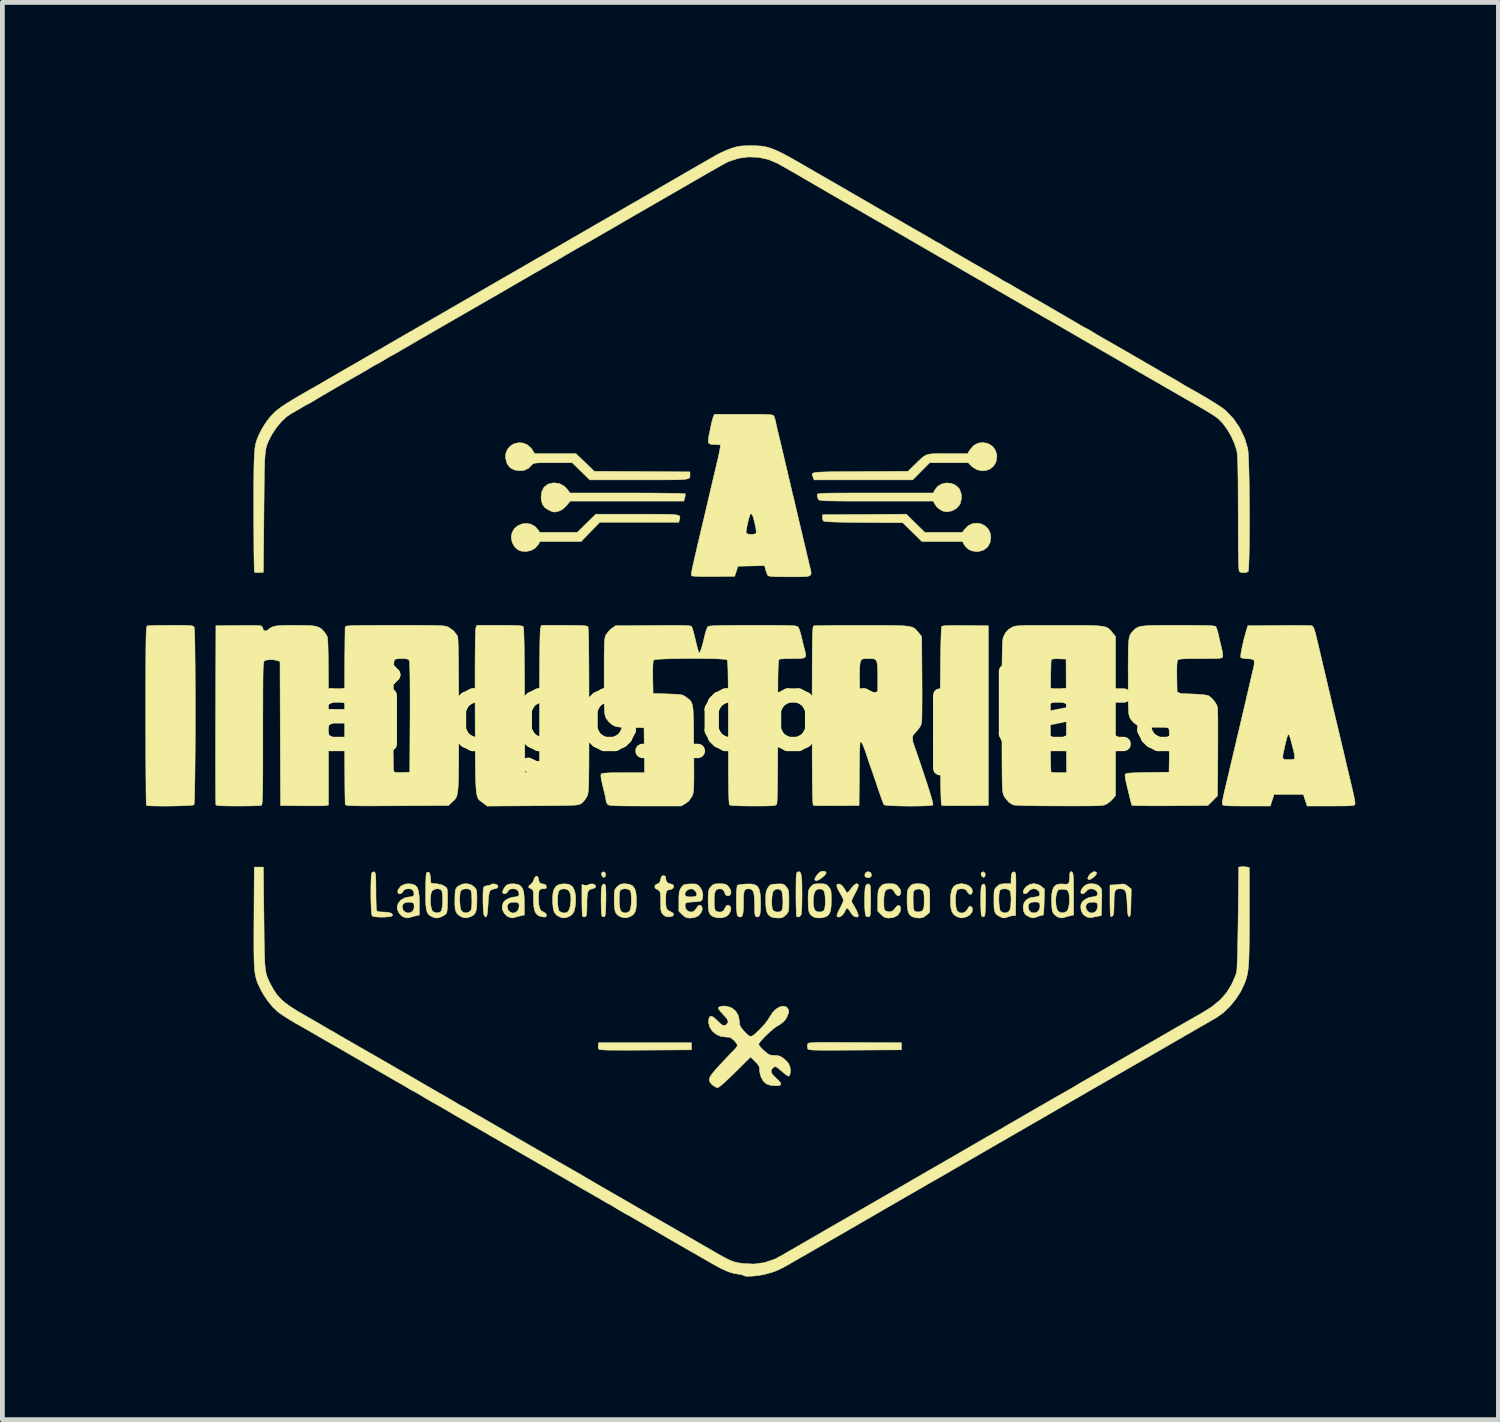
<source format=kicad_pcb>
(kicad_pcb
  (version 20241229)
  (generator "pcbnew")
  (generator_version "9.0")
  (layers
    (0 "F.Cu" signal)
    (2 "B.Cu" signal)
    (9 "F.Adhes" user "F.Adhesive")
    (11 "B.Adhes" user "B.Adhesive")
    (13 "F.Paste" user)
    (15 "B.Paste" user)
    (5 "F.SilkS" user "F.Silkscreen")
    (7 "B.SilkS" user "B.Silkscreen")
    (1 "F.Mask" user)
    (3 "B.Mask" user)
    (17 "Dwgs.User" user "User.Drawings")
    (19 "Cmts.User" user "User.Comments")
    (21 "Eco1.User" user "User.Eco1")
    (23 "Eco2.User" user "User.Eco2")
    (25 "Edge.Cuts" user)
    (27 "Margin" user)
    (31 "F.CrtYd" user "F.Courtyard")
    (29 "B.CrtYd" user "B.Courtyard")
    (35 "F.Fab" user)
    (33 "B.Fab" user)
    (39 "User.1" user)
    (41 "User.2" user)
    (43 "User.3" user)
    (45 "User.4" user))
  (footprint "ailogo_completo"
    (layer "F.Cu")
    (at 12.705 11.857)
    (property "Reference" "ailogo_completo" (at 0 0 0) (layer "F.SilkS") (effects (font (size 1.524 1.524) (thickness 0.3))))
    (attr through_hole)
    (fp_poly (pts (xy -3.096 3.37) (xy -3.065 3.395) (xy -3.059 3.428) (xy -3.07 3.474) (xy -3.098 3.486) (xy -3.132 3.462) (xy -3.148 3.42) (xy -3.137 3.384) (xy -3.105 3.369) (xy -3.096 3.37)) (stroke (width 0.01) (type solid)) (fill yes) (layer "F.SilkS"))
    (fp_poly (pts (xy 4.863 3.37) (xy 4.894 3.395) (xy 4.9 3.428) (xy 4.889 3.474) (xy 4.861 3.486) (xy 4.827 3.462) (xy 4.81 3.42) (xy 4.821 3.384) (xy 4.854 3.369) (xy 4.863 3.37)) (stroke (width 0.01) (type solid)) (fill yes) (layer "F.SilkS"))
    (fp_poly (pts (xy 2.492 3.382) (xy 2.508 3.408) (xy 2.512 3.46) (xy 2.481 3.488) (xy 2.445 3.493) (xy 2.4 3.484) (xy 2.381 3.471) (xy 2.374 3.427) (xy 2.397 3.386) (xy 2.44 3.366) (xy 2.445 3.365) (xy 2.492 3.382)) (stroke (width 0.01) (type solid)) (fill yes) (layer "F.SilkS"))
    (fp_poly (pts (xy 7.229 3.376) (xy 7.235 3.405) (xy 7.206 3.449) (xy 7.174 3.48) (xy 7.115 3.521) (xy 7.072 3.534) (xy 7.05 3.518) (xy 7.048 3.506) (xy 7.066 3.457) (xy 7.107 3.407) (xy 7.158 3.373) (xy 7.188 3.365) (xy 7.229 3.376)) (stroke (width 0.01) (type solid)) (fill yes) (layer "F.SilkS"))
    (fp_poly (pts (xy 1.55 3.366) (xy 1.566 3.394) (xy 1.551 3.421) (xy 1.512 3.461) (xy 1.483 3.487) (xy 1.41 3.538) (xy 1.357 3.556) (xy 1.326 3.539) (xy 1.328 3.509) (xy 1.353 3.463) (xy 1.391 3.414) (xy 1.432 3.376) (xy 1.453 3.364) (xy 1.508 3.355) (xy 1.55 3.366)) (stroke (width 0.01) (type solid)) (fill yes) (layer "F.SilkS"))
    (fp_poly (pts (xy -1.259 7.101) (xy -2.228 7.107) (xy -2.46 7.108) (xy -2.653 7.109) (xy -2.81 7.108) (xy -2.935 7.108) (xy -3.032 7.106) (xy -3.104 7.103) (xy -3.154 7.099) (xy -3.186 7.094) (xy -3.203 7.088) (xy -3.209 7.082) (xy -3.216 7.037) (xy -3.214 7.002) (xy -3.207 6.953) (xy -1.259 6.953) (xy -1.259 7.101)) (stroke (width 0.01) (type solid)) (fill yes) (layer "F.SilkS"))
    (fp_poly (pts (xy 2.485 3.653) (xy 2.49 3.686) (xy 2.494 3.752) (xy 2.496 3.842) (xy 2.498 3.948) (xy 2.498 3.969) (xy 2.497 4.076) (xy 2.494 4.17) (xy 2.49 4.242) (xy 2.486 4.281) (xy 2.485 4.285) (xy 2.457 4.315) (xy 2.416 4.308) (xy 2.396 4.293) (xy 2.386 4.262) (xy 2.378 4.198) (xy 2.373 4.112) (xy 2.371 4.012) (xy 2.371 3.909) (xy 2.374 3.812) (xy 2.379 3.731) (xy 2.387 3.676) (xy 2.393 3.66) (xy 2.426 3.626) (xy 2.462 3.625) (xy 2.485 3.653)) (stroke (width 0.01) (type solid)) (fill yes) (layer "F.SilkS"))
    (fp_poly (pts (xy -3.076 3.63) (xy -3.062 3.66) (xy -3.055 3.72) (xy -3.052 3.813) (xy -3.052 3.943) (xy -3.053 3.981) (xy -3.056 4.107) (xy -3.059 4.196) (xy -3.064 4.256) (xy -3.072 4.291) (xy -3.082 4.309) (xy -3.093 4.313) (xy -3.129 4.302) (xy -3.141 4.286) (xy -3.145 4.252) (xy -3.149 4.186) (xy -3.152 4.095) (xy -3.154 3.988) (xy -3.154 3.959) (xy -3.153 3.837) (xy -3.15 3.751) (xy -3.144 3.694) (xy -3.135 3.659) (xy -3.121 3.64) (xy -3.121 3.64) (xy -3.095 3.624) (xy -3.076 3.63)) (stroke (width 0.01) (type solid)) (fill yes) (layer "F.SilkS"))
    (fp_poly (pts (xy 4.883 3.63) (xy 4.896 3.66) (xy 4.904 3.72) (xy 4.907 3.813) (xy 4.907 3.943) (xy 4.906 3.981) (xy 4.903 4.107) (xy 4.9 4.196) (xy 4.894 4.256) (xy 4.887 4.291) (xy 4.876 4.309) (xy 4.866 4.313) (xy 4.83 4.302) (xy 4.818 4.286) (xy 4.813 4.252) (xy 4.809 4.186) (xy 4.806 4.095) (xy 4.805 3.988) (xy 4.805 3.959) (xy 4.806 3.837) (xy 4.809 3.751) (xy 4.814 3.694) (xy 4.824 3.659) (xy 4.837 3.64) (xy 4.837 3.64) (xy 4.864 3.624) (xy 4.883 3.63)) (stroke (width 0.01) (type solid)) (fill yes) (layer "F.SilkS"))
    (fp_poly (pts (xy -3.283 3.642) (xy -3.267 3.674) (xy -3.282 3.705) (xy -3.323 3.722) (xy -3.375 3.734) (xy -3.411 3.757) (xy -3.433 3.799) (xy -3.445 3.866) (xy -3.45 3.966) (xy -3.45 4.023) (xy -3.451 4.12) (xy -3.454 4.203) (xy -3.459 4.262) (xy -3.463 4.285) (xy -3.492 4.314) (xy -3.53 4.312) (xy -3.542 4.304) (xy -3.547 4.279) (xy -3.551 4.219) (xy -3.554 4.132) (xy -3.556 4.026) (xy -3.556 3.963) (xy -3.556 3.636) (xy -3.501 3.65) (xy -3.449 3.652) (xy -3.418 3.64) (xy -3.377 3.625) (xy -3.33 3.623) (xy -3.283 3.642)) (stroke (width 0.01) (type solid)) (fill yes) (layer "F.SilkS"))
    (fp_poly (pts (xy 1.018 3.378) (xy 1.035 3.411) (xy 1.046 3.469) (xy 1.054 3.557) (xy 1.057 3.679) (xy 1.058 3.837) (xy 1.057 3.978) (xy 1.054 4.098) (xy 1.049 4.193) (xy 1.042 4.255) (xy 1.036 4.277) (xy 1.002 4.312) (xy 0.961 4.315) (xy 0.945 4.304) (xy 0.941 4.279) (xy 0.938 4.219) (xy 0.935 4.129) (xy 0.932 4.016) (xy 0.931 3.886) (xy 0.931 3.838) (xy 0.932 3.687) (xy 0.933 3.573) (xy 0.935 3.49) (xy 0.939 3.434) (xy 0.946 3.4) (xy 0.954 3.381) (xy 0.966 3.372) (xy 0.966 3.372) (xy 0.996 3.366) (xy 1.018 3.378)) (stroke (width 0.01) (type solid)) (fill yes) (layer "F.SilkS"))
    (fp_poly (pts (xy 1.82 6.946) (xy 2.025 6.947) (xy 2.166 6.948) (xy 3.143 6.953) (xy 3.143 7.101) (xy 2.166 7.107) (xy 1.937 7.108) (xy 1.747 7.109) (xy 1.592 7.109) (xy 1.469 7.109) (xy 1.373 7.108) (xy 1.301 7.106) (xy 1.25 7.102) (xy 1.216 7.098) (xy 1.195 7.092) (xy 1.183 7.085) (xy 1.177 7.076) (xy 1.175 7.07) (xy 1.17 7.013) (xy 1.175 6.985) (xy 1.179 6.975) (xy 1.187 6.967) (xy 1.202 6.96) (xy 1.228 6.955) (xy 1.269 6.951) (xy 1.328 6.948) (xy 1.409 6.946) (xy 1.516 6.945) (xy 1.651 6.945) (xy 1.82 6.946)) (stroke (width 0.01) (type solid)) (fill yes) (layer "F.SilkS"))
    (fp_poly (pts (xy -5.377 3.625) (xy -5.334 3.643) (xy -5.317 3.667) (xy -5.317 3.693) (xy -5.335 3.71) (xy -5.38 3.724) (xy -5.422 3.734) (xy -5.456 3.746) (xy -5.481 3.767) (xy -5.498 3.806) (xy -5.51 3.868) (xy -5.518 3.96) (xy -5.524 4.062) (xy -5.532 4.186) (xy -5.544 4.268) (xy -5.56 4.31) (xy -5.58 4.315) (xy -5.606 4.282) (xy -5.608 4.278) (xy -5.616 4.242) (xy -5.623 4.174) (xy -5.627 4.085) (xy -5.63 3.985) (xy -5.63 3.885) (xy -5.628 3.796) (xy -5.624 3.729) (xy -5.617 3.695) (xy -5.588 3.67) (xy -5.548 3.662) (xy -5.497 3.654) (xy -5.468 3.639) (xy -5.428 3.622) (xy -5.377 3.625)) (stroke (width 0.01) (type solid)) (fill yes) (layer "F.SilkS"))
    (fp_poly (pts (xy -4.016 -4.766) (xy -3.921 -4.71) (xy -3.861 -4.646) (xy -3.805 -4.572) (xy -2.602 -4.572) (xy -2.381 -4.572) (xy -2.172 -4.571) (xy -1.98 -4.57) (xy -1.809 -4.568) (xy -1.661 -4.566) (xy -1.542 -4.564) (xy -1.455 -4.561) (xy -1.404 -4.558) (xy -1.391 -4.556) (xy -1.39 -4.527) (xy -1.399 -4.476) (xy -1.401 -4.471) (xy -1.419 -4.403) (xy -3.801 -4.403) (xy -3.88 -4.308) (xy -3.963 -4.229) (xy -4.038 -4.192) (xy -4.101 -4.176) (xy -4.144 -4.173) (xy -4.188 -4.185) (xy -4.245 -4.21) (xy -4.333 -4.266) (xy -4.387 -4.342) (xy -4.41 -4.443) (xy -4.412 -4.487) (xy -4.396 -4.605) (xy -4.349 -4.694) (xy -4.273 -4.754) (xy -4.169 -4.782) (xy -4.128 -4.784) (xy -4.016 -4.766)) (stroke (width 0.01) (type solid)) (fill yes) (layer "F.SilkS"))
    (fp_poly (pts (xy 4.477 -1.794) (xy 4.49 -1.794) (xy 4.964 -1.789) (xy 4.964 1.979) (xy 4.487 1.983) (xy 4.349 1.984) (xy 4.223 1.983) (xy 4.118 1.982) (xy 4.039 1.98) (xy 3.993 1.977) (xy 3.985 1.976) (xy 3.979 1.953) (xy 3.975 1.892) (xy 3.971 1.795) (xy 3.967 1.668) (xy 3.964 1.513) (xy 3.961 1.334) (xy 3.959 1.135) (xy 3.957 0.919) (xy 3.956 0.691) (xy 3.955 0.453) (xy 3.955 0.21) (xy 3.955 -0.034) (xy 3.956 -0.276) (xy 3.957 -0.513) (xy 3.959 -0.74) (xy 3.961 -0.955) (xy 3.963 -1.152) (xy 3.966 -1.329) (xy 3.97 -1.481) (xy 3.974 -1.606) (xy 3.978 -1.699) (xy 3.983 -1.757) (xy 3.987 -1.776) (xy 4.015 -1.785) (xy 4.076 -1.791) (xy 4.171 -1.794) (xy 4.304 -1.796) (xy 4.477 -1.794)) (stroke (width 0.01) (type solid)) (fill yes) (layer "F.SilkS"))
    (fp_poly (pts (xy 3.438 -3.937) (xy 3.633 -3.747) (xy 4.421 -3.747) (xy 4.466 -3.81) (xy 4.542 -3.886) (xy 4.631 -3.929) (xy 4.726 -3.94) (xy 4.819 -3.923) (xy 4.902 -3.878) (xy 4.967 -3.81) (xy 5.007 -3.72) (xy 5.016 -3.645) (xy 4.999 -3.531) (xy 4.948 -3.44) (xy 4.868 -3.378) (xy 4.763 -3.347) (xy 4.72 -3.344) (xy 4.629 -3.357) (xy 4.557 -3.386) (xy 4.501 -3.432) (xy 4.458 -3.489) (xy 4.456 -3.492) (xy 4.423 -3.556) (xy 3.571 -3.556) (xy 3.372 -3.752) (xy 3.172 -3.948) (xy 2.355 -3.954) (xy 2.119 -3.956) (xy 1.923 -3.959) (xy 1.767 -3.963) (xy 1.649 -3.967) (xy 1.568 -3.973) (xy 1.521 -3.979) (xy 1.508 -3.984) (xy 1.489 -4.021) (xy 1.486 -4.062) (xy 1.492 -4.117) (xy 2.368 -4.122) (xy 3.244 -4.128) (xy 3.438 -3.937)) (stroke (width 0.01) (type solid)) (fill yes) (layer "F.SilkS"))
    (fp_poly (pts (xy -7.908 3.372) (xy -7.896 3.382) (xy -7.887 3.404) (xy -7.881 3.443) (xy -7.877 3.506) (xy -7.875 3.599) (xy -7.874 3.726) (xy -7.874 3.765) (xy -7.873 3.89) (xy -7.871 4.001) (xy -7.868 4.091) (xy -7.865 4.153) (xy -7.861 4.179) (xy -7.842 4.199) (xy -7.797 4.209) (xy -7.722 4.212) (xy -7.621 4.218) (xy -7.555 4.236) (xy -7.526 4.265) (xy -7.528 4.287) (xy -7.554 4.302) (xy -7.61 4.312) (xy -7.686 4.318) (xy -7.769 4.32) (xy -7.849 4.316) (xy -7.914 4.308) (xy -7.952 4.295) (xy -7.954 4.293) (xy -7.962 4.264) (xy -7.969 4.201) (xy -7.974 4.112) (xy -7.978 4.004) (xy -7.98 3.885) (xy -7.98 3.763) (xy -7.979 3.646) (xy -7.976 3.543) (xy -7.972 3.459) (xy -7.965 3.405) (xy -7.96 3.389) (xy -7.928 3.37) (xy -7.908 3.372)) (stroke (width 0.01) (type solid)) (fill yes) (layer "F.SilkS"))
    (fp_poly (pts (xy -1.992 -4.127) (xy -1.846 -4.126) (xy -1.731 -4.124) (xy -1.643 -4.12) (xy -1.581 -4.114) (xy -1.539 -4.105) (xy -1.514 -4.093) (xy -1.502 -4.078) (xy -1.501 -4.058) (xy -1.506 -4.034) (xy -1.512 -4.011) (xy -1.525 -3.958) (xy -3.182 -3.958) (xy -3.377 -3.757) (xy -3.572 -3.556) (xy -4.003 -3.556) (xy -4.434 -3.556) (xy -4.47 -3.493) (xy -4.536 -3.417) (xy -4.626 -3.366) (xy -4.728 -3.345) (xy -4.831 -3.354) (xy -4.902 -3.384) (xy -4.968 -3.446) (xy -5.016 -3.533) (xy -5.037 -3.629) (xy -5.038 -3.641) (xy -5.02 -3.743) (xy -4.971 -3.826) (xy -4.899 -3.887) (xy -4.812 -3.924) (xy -4.717 -3.935) (xy -4.624 -3.918) (xy -4.538 -3.87) (xy -4.475 -3.8) (xy -4.44 -3.747) (xy -3.654 -3.747) (xy -3.46 -3.937) (xy -3.265 -4.128) (xy -2.394 -4.128) (xy -2.174 -4.128) (xy -1.992 -4.127)) (stroke (width 0.01) (type solid)) (fill yes) (layer "F.SilkS"))
    (fp_poly (pts (xy 7.84 3.636) (xy 7.889 3.67) (xy 7.892 3.673) (xy 7.96 3.73) (xy 7.954 4.019) (xy 7.951 4.137) (xy 7.947 4.219) (xy 7.94 4.27) (xy 7.932 4.298) (xy 7.919 4.307) (xy 7.916 4.307) (xy 7.902 4.3) (xy 7.892 4.274) (xy 7.884 4.224) (xy 7.878 4.142) (xy 7.874 4.051) (xy 7.867 3.927) (xy 7.857 3.838) (xy 7.841 3.78) (xy 7.816 3.746) (xy 7.78 3.73) (xy 7.729 3.725) (xy 7.724 3.725) (xy 7.675 3.729) (xy 7.641 3.746) (xy 7.619 3.781) (xy 7.606 3.84) (xy 7.6 3.931) (xy 7.599 4.039) (xy 7.597 4.154) (xy 7.591 4.232) (xy 7.581 4.278) (xy 7.57 4.294) (xy 7.54 4.307) (xy 7.528 4.304) (xy 7.523 4.279) (xy 7.519 4.219) (xy 7.516 4.133) (xy 7.514 4.027) (xy 7.514 3.968) (xy 7.514 3.647) (xy 7.572 3.644) (xy 7.63 3.64) (xy 7.704 3.632) (xy 7.727 3.629) (xy 7.793 3.624) (xy 7.84 3.636)) (stroke (width 0.01) (type solid)) (fill yes) (layer "F.SilkS"))
    (fp_poly (pts (xy -4.793 -5.62) (xy -4.704 -5.584) (xy -4.625 -5.516) (xy -4.595 -5.474) (xy -4.547 -5.397) (xy -3.682 -5.397) (xy -3.489 -5.212) (xy -3.297 -5.027) (xy -1.291 -5.015) (xy -1.291 -4.965) (xy -1.291 -4.938) (xy -1.291 -4.916) (xy -1.296 -4.898) (xy -1.308 -4.883) (xy -1.333 -4.871) (xy -1.371 -4.863) (xy -1.428 -4.856) (xy -1.507 -4.852) (xy -1.61 -4.849) (xy -1.742 -4.848) (xy -1.906 -4.847) (xy -2.106 -4.847) (xy -2.344 -4.847) (xy -3.392 -4.847) (xy -3.576 -5.027) (xy -3.76 -5.207) (xy -4.164 -5.207) (xy -4.305 -5.207) (xy -4.409 -5.206) (xy -4.483 -5.203) (xy -4.533 -5.199) (xy -4.566 -5.192) (xy -4.586 -5.181) (xy -4.602 -5.166) (xy -4.608 -5.159) (xy -4.684 -5.085) (xy -4.77 -5.047) (xy -4.857 -5.038) (xy -4.974 -5.056) (xy -5.063 -5.105) (xy -5.124 -5.185) (xy -5.155 -5.295) (xy -5.151 -5.402) (xy -5.115 -5.491) (xy -5.054 -5.559) (xy -4.976 -5.605) (xy -4.886 -5.626) (xy -4.793 -5.62)) (stroke (width 0.01) (type solid)) (fill yes) (layer "F.SilkS"))
    (fp_poly (pts (xy -4.481 3.474) (xy -4.467 3.516) (xy -4.457 3.56) (xy -4.439 3.602) (xy -4.399 3.62) (xy -4.376 3.623) (xy -4.325 3.636) (xy -4.303 3.666) (xy -4.301 3.678) (xy -4.302 3.71) (xy -4.325 3.723) (xy -4.367 3.725) (xy -4.412 3.729) (xy -4.441 3.745) (xy -4.457 3.781) (xy -4.464 3.843) (xy -4.466 3.941) (xy -4.466 3.944) (xy -4.459 4.062) (xy -4.438 4.143) (xy -4.402 4.193) (xy -4.36 4.212) (xy -4.314 4.24) (xy -4.301 4.271) (xy -4.303 4.305) (xy -4.331 4.317) (xy -4.354 4.317) (xy -4.418 4.306) (xy -4.469 4.286) (xy -4.514 4.249) (xy -4.545 4.19) (xy -4.564 4.104) (xy -4.571 3.985) (xy -4.572 3.933) (xy -4.573 3.843) (xy -4.576 3.787) (xy -4.585 3.754) (xy -4.601 3.737) (xy -4.625 3.725) (xy -4.669 3.699) (xy -4.671 3.669) (xy -4.632 3.633) (xy -4.627 3.63) (xy -4.585 3.584) (xy -4.565 3.537) (xy -4.545 3.489) (xy -4.519 3.464) (xy -4.496 3.459) (xy -4.481 3.474)) (stroke (width 0.01) (type solid)) (fill yes) (layer "F.SilkS"))
    (fp_poly (pts (xy 4.496 3.633) (xy 4.567 3.669) (xy 4.616 3.72) (xy 4.632 3.78) (xy 4.631 3.786) (xy 4.614 3.834) (xy 4.583 3.844) (xy 4.545 3.818) (xy 4.525 3.789) (xy 4.495 3.747) (xy 4.456 3.729) (xy 4.403 3.725) (xy 4.345 3.73) (xy 4.313 3.748) (xy 4.296 3.78) (xy 4.282 3.843) (xy 4.276 3.928) (xy 4.277 4.019) (xy 4.285 4.104) (xy 4.299 4.167) (xy 4.309 4.186) (xy 4.358 4.226) (xy 4.419 4.234) (xy 4.478 4.211) (xy 4.525 4.161) (xy 4.541 4.126) (xy 4.566 4.094) (xy 4.599 4.093) (xy 4.626 4.123) (xy 4.632 4.142) (xy 4.622 4.215) (xy 4.574 4.274) (xy 4.516 4.307) (xy 4.443 4.332) (xy 4.383 4.335) (xy 4.317 4.314) (xy 4.303 4.308) (xy 4.242 4.268) (xy 4.201 4.206) (xy 4.178 4.117) (xy 4.17 3.994) (xy 4.17 3.984) (xy 4.176 3.847) (xy 4.198 3.746) (xy 4.237 3.677) (xy 4.296 3.637) (xy 4.379 3.62) (xy 4.411 3.619) (xy 4.496 3.633)) (stroke (width 0.01) (type solid)) (fill yes) (layer "F.SilkS"))
    (fp_poly (pts (xy 4.953 -5.611) (xy 5.042 -5.558) (xy 5.107 -5.479) (xy 5.14 -5.379) (xy 5.143 -5.336) (xy 5.126 -5.228) (xy 5.078 -5.142) (xy 5.007 -5.079) (xy 4.919 -5.044) (xy 4.822 -5.037) (xy 4.723 -5.062) (xy 4.628 -5.12) (xy 4.595 -5.152) (xy 4.543 -5.207) (xy 3.735 -5.207) (xy 3.556 -5.027) (xy 3.377 -4.847) (xy 1.311 -4.847) (xy 1.291 -4.901) (xy 1.28 -4.928) (xy 1.273 -4.949) (xy 1.271 -4.967) (xy 1.28 -4.982) (xy 1.301 -4.993) (xy 1.338 -5.001) (xy 1.396 -5.008) (xy 1.476 -5.012) (xy 1.582 -5.015) (xy 1.719 -5.018) (xy 1.888 -5.019) (xy 2.094 -5.02) (xy 2.275 -5.021) (xy 3.28 -5.027) (xy 3.423 -5.167) (xy 3.5 -5.242) (xy 3.561 -5.299) (xy 3.613 -5.34) (xy 3.663 -5.368) (xy 3.72 -5.385) (xy 3.791 -5.394) (xy 3.883 -5.397) (xy 4.005 -5.398) (xy 4.109 -5.397) (xy 4.529 -5.397) (xy 4.582 -5.482) (xy 4.658 -5.569) (xy 4.751 -5.618) (xy 4.846 -5.63) (xy 4.953 -5.611)) (stroke (width 0.01) (type solid)) (fill yes) (layer "F.SilkS"))
    (fp_poly (pts (xy -1.81 3.46) (xy -1.799 3.498) (xy -1.799 3.511) (xy -1.786 3.574) (xy -1.742 3.611) (xy -1.694 3.623) (xy -1.646 3.642) (xy -1.63 3.675) (xy -1.643 3.71) (xy -1.681 3.738) (xy -1.728 3.746) (xy -1.761 3.753) (xy -1.782 3.778) (xy -1.794 3.827) (xy -1.799 3.909) (xy -1.799 3.958) (xy -1.797 4.054) (xy -1.789 4.117) (xy -1.77 4.157) (xy -1.737 4.185) (xy -1.7 4.202) (xy -1.645 4.236) (xy -1.631 4.27) (xy -1.657 4.299) (xy -1.72 4.314) (xy -1.786 4.31) (xy -1.838 4.28) (xy -1.852 4.267) (xy -1.876 4.24) (xy -1.892 4.21) (xy -1.901 4.167) (xy -1.904 4.102) (xy -1.905 4.007) (xy -1.907 3.901) (xy -1.911 3.829) (xy -1.922 3.784) (xy -1.942 3.758) (xy -1.971 3.742) (xy -1.986 3.737) (xy -2.022 3.709) (xy -2.029 3.67) (xy -2.006 3.636) (xy -1.974 3.623) (xy -1.93 3.598) (xy -1.914 3.56) (xy -1.898 3.496) (xy -1.883 3.463) (xy -1.862 3.451) (xy -1.842 3.45) (xy -1.81 3.46)) (stroke (width 0.01) (type solid)) (fill yes) (layer "F.SilkS"))
    (fp_poly (pts (xy 0.065 3.638) (xy 0.12 3.671) (xy 0.156 3.728) (xy 0.178 3.813) (xy 0.188 3.932) (xy 0.19 4.056) (xy 0.187 4.174) (xy 0.177 4.254) (xy 0.158 4.3) (xy 0.129 4.317) (xy 0.096 4.31) (xy 0.081 4.297) (xy 0.072 4.266) (xy 0.066 4.211) (xy 0.064 4.124) (xy 0.064 4.059) (xy 0.061 3.93) (xy 0.051 3.837) (xy 0.033 3.776) (xy 0.004 3.741) (xy -0.038 3.727) (xy -0.06 3.725) (xy -0.104 3.729) (xy -0.134 3.745) (xy -0.153 3.779) (xy -0.164 3.837) (xy -0.169 3.926) (xy -0.169 4.022) (xy -0.171 4.142) (xy -0.178 4.227) (xy -0.19 4.28) (xy -0.21 4.309) (xy -0.24 4.318) (xy -0.243 4.318) (xy -0.278 4.304) (xy -0.292 4.293) (xy -0.303 4.262) (xy -0.31 4.199) (xy -0.316 4.114) (xy -0.318 4.015) (xy -0.318 3.913) (xy -0.316 3.815) (xy -0.311 3.733) (xy -0.303 3.674) (xy -0.293 3.649) (xy -0.261 3.641) (xy -0.199 3.632) (xy -0.121 3.625) (xy -0.112 3.625) (xy -0.011 3.624) (xy 0.065 3.638)) (stroke (width 0.01) (type solid)) (fill yes) (layer "F.SilkS"))
    (fp_poly (pts (xy 4.181 -4.775) (xy 4.272 -4.739) (xy 4.345 -4.673) (xy 4.361 -4.65) (xy 4.395 -4.558) (xy 4.4 -4.453) (xy 4.376 -4.354) (xy 4.36 -4.322) (xy 4.292 -4.248) (xy 4.201 -4.198) (xy 4.101 -4.178) (xy 4.032 -4.185) (xy 3.957 -4.221) (xy 3.885 -4.28) (xy 3.841 -4.341) (xy 3.809 -4.403) (xy 2.614 -4.403) (xy 2.359 -4.403) (xy 2.143 -4.403) (xy 1.963 -4.403) (xy 1.815 -4.404) (xy 1.696 -4.406) (xy 1.603 -4.407) (xy 1.533 -4.41) (xy 1.481 -4.414) (xy 1.446 -4.418) (xy 1.423 -4.424) (xy 1.409 -4.43) (xy 1.401 -4.438) (xy 1.398 -4.444) (xy 1.379 -4.498) (xy 1.376 -4.528) (xy 1.376 -4.538) (xy 1.38 -4.545) (xy 1.391 -4.552) (xy 1.411 -4.557) (xy 1.444 -4.562) (xy 1.493 -4.565) (xy 1.561 -4.568) (xy 1.652 -4.569) (xy 1.769 -4.571) (xy 1.915 -4.571) (xy 2.094 -4.572) (xy 2.307 -4.572) (xy 2.56 -4.572) (xy 3.809 -4.572) (xy 3.842 -4.636) (xy 3.904 -4.713) (xy 3.987 -4.762) (xy 4.083 -4.783) (xy 4.181 -4.775)) (stroke (width 0.01) (type solid)) (fill yes) (layer "F.SilkS"))
    (fp_poly (pts (xy -3.855 3.627) (xy -3.801 3.644) (xy -3.746 3.691) (xy -3.707 3.773) (xy -3.688 3.884) (xy -3.688 4.006) (xy -3.701 4.12) (xy -3.722 4.202) (xy -3.757 4.258) (xy -3.808 4.297) (xy -3.823 4.304) (xy -3.897 4.332) (xy -3.959 4.334) (xy -4.033 4.31) (xy -4.036 4.308) (xy -4.095 4.271) (xy -4.136 4.214) (xy -4.159 4.132) (xy -4.169 4.018) (xy -4.17 3.968) (xy -4.169 3.957) (xy -4.066 3.957) (xy -4.064 4.046) (xy -4.054 4.125) (xy -4.038 4.181) (xy -4.029 4.195) (xy -3.979 4.224) (xy -3.914 4.233) (xy -3.861 4.217) (xy -3.827 4.173) (xy -3.803 4.1) (xy -3.789 4.011) (xy -3.786 3.919) (xy -3.797 3.835) (xy -3.821 3.774) (xy -3.822 3.772) (xy -3.869 3.737) (xy -3.935 3.725) (xy -3.999 3.737) (xy -4.031 3.759) (xy -4.05 3.8) (xy -4.062 3.87) (xy -4.066 3.957) (xy -4.169 3.957) (xy -4.167 3.855) (xy -4.155 3.775) (xy -4.131 3.717) (xy -4.094 3.671) (xy -4.077 3.657) (xy -4.019 3.631) (xy -3.939 3.621) (xy -3.855 3.627)) (stroke (width 0.01) (type solid)) (fill yes) (layer "F.SilkS"))
    (fp_poly (pts (xy 2.965 3.621) (xy 3.012 3.63) (xy 3.046 3.651) (xy 3.078 3.685) (xy 3.119 3.743) (xy 3.131 3.791) (xy 3.12 3.84) (xy 3.093 3.871) (xy 3.056 3.867) (xy 3.017 3.83) (xy 2.999 3.799) (xy 2.968 3.748) (xy 2.93 3.728) (xy 2.903 3.725) (xy 2.847 3.734) (xy 2.809 3.763) (xy 2.786 3.818) (xy 2.775 3.905) (xy 2.773 3.986) (xy 2.774 4.075) (xy 2.778 4.132) (xy 2.788 4.166) (xy 2.805 4.185) (xy 2.816 4.192) (xy 2.89 4.21) (xy 2.957 4.191) (xy 3.006 4.138) (xy 3.047 4.087) (xy 3.085 4.073) (xy 3.114 4.09) (xy 3.127 4.133) (xy 3.117 4.198) (xy 3.11 4.215) (xy 3.061 4.282) (xy 2.98 4.325) (xy 2.878 4.339) (xy 2.813 4.332) (xy 2.761 4.306) (xy 2.718 4.267) (xy 2.646 4.195) (xy 2.646 3.972) (xy 2.647 3.872) (xy 2.65 3.803) (xy 2.658 3.757) (xy 2.672 3.723) (xy 2.695 3.691) (xy 2.701 3.685) (xy 2.735 3.649) (xy 2.769 3.629) (xy 2.818 3.621) (xy 2.889 3.619) (xy 2.965 3.621)) (stroke (width 0.01) (type solid)) (fill yes) (layer "F.SilkS"))
    (fp_poly (pts (xy -2.56 3.63) (xy -2.493 3.663) (xy -2.448 3.723) (xy -2.423 3.814) (xy -2.413 3.94) (xy -2.413 3.966) (xy -2.416 4.083) (xy -2.427 4.167) (xy -2.45 4.226) (xy -2.486 4.27) (xy -2.524 4.297) (xy -2.61 4.332) (xy -2.697 4.329) (xy -2.765 4.303) (xy -2.812 4.273) (xy -2.845 4.232) (xy -2.865 4.173) (xy -2.875 4.089) (xy -2.879 3.97) (xy -2.879 3.956) (xy -2.879 3.939) (xy -2.775 3.939) (xy -2.772 4.028) (xy -2.764 4.109) (xy -2.75 4.17) (xy -2.738 4.195) (xy -2.683 4.228) (xy -2.62 4.23) (xy -2.565 4.201) (xy -2.552 4.186) (xy -2.535 4.14) (xy -2.524 4.065) (xy -2.518 3.976) (xy -2.52 3.887) (xy -2.528 3.811) (xy -2.541 3.766) (xy -2.576 3.739) (xy -2.634 3.725) (xy -2.696 3.728) (xy -2.744 3.747) (xy -2.747 3.751) (xy -2.763 3.788) (xy -2.772 3.855) (xy -2.775 3.939) (xy -2.879 3.939) (xy -2.878 3.858) (xy -2.875 3.793) (xy -2.867 3.751) (xy -2.851 3.72) (xy -2.827 3.691) (xy -2.817 3.681) (xy -2.768 3.641) (xy -2.717 3.623) (xy -2.653 3.62) (xy -2.56 3.63)) (stroke (width 0.01) (type solid)) (fill yes) (layer "F.SilkS"))
    (fp_poly (pts (xy 2.232 3.627) (xy 2.241 3.654) (xy 2.228 3.704) (xy 2.192 3.782) (xy 2.164 3.833) (xy 2.124 3.912) (xy 2.103 3.964) (xy 2.101 3.998) (xy 2.108 4.016) (xy 2.178 4.135) (xy 2.221 4.223) (xy 2.239 4.282) (xy 2.232 4.312) (xy 2.214 4.318) (xy 2.155 4.306) (xy 2.106 4.264) (xy 2.071 4.21) (xy 2.032 4.151) (xy 2.004 4.13) (xy 1.983 4.146) (xy 1.975 4.165) (xy 1.94 4.234) (xy 1.895 4.286) (xy 1.849 4.315) (xy 1.808 4.315) (xy 1.789 4.297) (xy 1.792 4.269) (xy 1.812 4.216) (xy 1.846 4.148) (xy 1.851 4.139) (xy 1.888 4.067) (xy 1.915 4.006) (xy 1.926 3.968) (xy 1.926 3.966) (xy 1.916 3.929) (xy 1.888 3.872) (xy 1.865 3.832) (xy 1.813 3.74) (xy 1.788 3.676) (xy 1.79 3.639) (xy 1.798 3.63) (xy 1.844 3.625) (xy 1.894 3.654) (xy 1.941 3.713) (xy 1.948 3.727) (xy 1.977 3.777) (xy 2.001 3.807) (xy 2.007 3.81) (xy 2.028 3.794) (xy 2.063 3.753) (xy 2.091 3.715) (xy 2.143 3.653) (xy 2.188 3.622) (xy 2.201 3.619) (xy 2.232 3.627)) (stroke (width 0.01) (type solid)) (fill yes) (layer "F.SilkS"))
    (fp_poly (pts (xy -0.59 3.622) (xy -0.54 3.633) (xy -0.505 3.655) (xy -0.493 3.667) (xy -0.448 3.732) (xy -0.43 3.793) (xy -0.438 3.842) (xy -0.472 3.87) (xy -0.497 3.873) (xy -0.539 3.86) (xy -0.56 3.816) (xy -0.587 3.756) (xy -0.634 3.729) (xy -0.671 3.726) (xy -0.72 3.734) (xy -0.753 3.763) (xy -0.773 3.818) (xy -0.782 3.906) (xy -0.783 3.977) (xy -0.781 4.08) (xy -0.771 4.148) (xy -0.751 4.188) (xy -0.717 4.207) (xy -0.664 4.212) (xy -0.663 4.212) (xy -0.613 4.206) (xy -0.583 4.179) (xy -0.562 4.138) (xy -0.528 4.081) (xy -0.489 4.066) (xy -0.448 4.092) (xy -0.445 4.095) (xy -0.431 4.141) (xy -0.444 4.201) (xy -0.479 4.26) (xy -0.527 4.303) (xy -0.612 4.332) (xy -0.709 4.335) (xy -0.799 4.311) (xy -0.809 4.306) (xy -0.851 4.278) (xy -0.88 4.242) (xy -0.898 4.191) (xy -0.907 4.116) (xy -0.91 4.008) (xy -0.91 3.972) (xy -0.909 3.871) (xy -0.906 3.803) (xy -0.898 3.756) (xy -0.884 3.723) (xy -0.861 3.691) (xy -0.855 3.685) (xy -0.821 3.648) (xy -0.786 3.629) (xy -0.737 3.621) (xy -0.669 3.619) (xy -0.59 3.622)) (stroke (width 0.01) (type solid)) (fill yes) (layer "F.SilkS"))
    (fp_poly (pts (xy 1.504 3.621) (xy 1.552 3.63) (xy 1.586 3.651) (xy 1.617 3.685) (xy 1.643 3.718) (xy 1.659 3.752) (xy 1.668 3.797) (xy 1.671 3.863) (xy 1.672 3.959) (xy 1.669 4.085) (xy 1.657 4.176) (xy 1.636 4.24) (xy 1.601 4.284) (xy 1.563 4.309) (xy 1.489 4.332) (xy 1.403 4.337) (xy 1.325 4.325) (xy 1.302 4.315) (xy 1.253 4.283) (xy 1.22 4.244) (xy 1.2 4.191) (xy 1.19 4.114) (xy 1.186 4.005) (xy 1.186 3.981) (xy 1.293 3.981) (xy 1.297 4.071) (xy 1.314 4.146) (xy 1.333 4.18) (xy 1.377 4.206) (xy 1.436 4.212) (xy 1.492 4.199) (xy 1.523 4.171) (xy 1.537 4.122) (xy 1.545 4.048) (xy 1.546 3.962) (xy 1.541 3.877) (xy 1.531 3.806) (xy 1.515 3.762) (xy 1.512 3.759) (xy 1.457 3.73) (xy 1.393 3.731) (xy 1.346 3.758) (xy 1.318 3.81) (xy 1.299 3.889) (xy 1.293 3.981) (xy 1.186 3.981) (xy 1.186 3.976) (xy 1.186 3.874) (xy 1.189 3.805) (xy 1.197 3.758) (xy 1.211 3.724) (xy 1.233 3.693) (xy 1.24 3.685) (xy 1.274 3.649) (xy 1.308 3.629) (xy 1.358 3.621) (xy 1.429 3.619) (xy 1.504 3.621)) (stroke (width 0.01) (type solid)) (fill yes) (layer "F.SilkS"))
    (fp_poly (pts (xy -5.881 3.639) (xy -5.819 3.681) (xy -5.791 3.711) (xy -5.773 3.74) (xy -5.763 3.778) (xy -5.758 3.835) (xy -5.757 3.921) (xy -5.757 3.956) (xy -5.76 4.077) (xy -5.769 4.165) (xy -5.788 4.226) (xy -5.819 4.268) (xy -5.865 4.299) (xy -5.877 4.304) (xy -5.963 4.334) (xy -6.037 4.331) (xy -6.112 4.297) (xy -6.161 4.259) (xy -6.194 4.212) (xy -6.213 4.147) (xy -6.22 4.056) (xy -6.22 3.985) (xy -6.117 3.985) (xy -6.111 4.073) (xy -6.1 4.146) (xy -6.084 4.186) (xy -6.035 4.224) (xy -5.971 4.231) (xy -5.91 4.205) (xy -5.902 4.198) (xy -5.883 4.174) (xy -5.871 4.137) (xy -5.865 4.078) (xy -5.863 3.987) (xy -5.863 3.97) (xy -5.866 3.863) (xy -5.875 3.789) (xy -5.888 3.751) (xy -5.889 3.751) (xy -5.933 3.729) (xy -5.995 3.725) (xy -6.054 3.736) (xy -6.093 3.762) (xy -6.095 3.766) (xy -6.11 3.818) (xy -6.117 3.895) (xy -6.117 3.985) (xy -6.22 3.985) (xy -6.219 3.931) (xy -6.219 3.93) (xy -6.216 3.834) (xy -6.21 3.77) (xy -6.201 3.73) (xy -6.184 3.702) (xy -6.158 3.678) (xy -6.149 3.67) (xy -6.065 3.627) (xy -5.971 3.617) (xy -5.881 3.639)) (stroke (width 0.01) (type solid)) (fill yes) (layer "F.SilkS"))
    (fp_poly (pts (xy 6.014 3.637) (xy 6.074 3.675) (xy 6.14 3.73) (xy 6.134 4.008) (xy 6.13 4.127) (xy 6.125 4.209) (xy 6.118 4.258) (xy 6.108 4.279) (xy 6.101 4.281) (xy 6.065 4.285) (xy 6.011 4.302) (xy 5.998 4.307) (xy 5.936 4.33) (xy 5.89 4.335) (xy 5.839 4.32) (xy 5.806 4.306) (xy 5.741 4.265) (xy 5.706 4.205) (xy 5.694 4.118) (xy 5.694 4.109) (xy 5.8 4.109) (xy 5.817 4.177) (xy 5.862 4.22) (xy 5.925 4.232) (xy 5.989 4.213) (xy 6.026 4.172) (xy 6.046 4.11) (xy 6.044 4.046) (xy 6.043 4.041) (xy 6.023 4.014) (xy 5.981 4.002) (xy 5.94 4) (xy 5.862 4.009) (xy 5.817 4.039) (xy 5.8 4.093) (xy 5.8 4.109) (xy 5.694 4.109) (xy 5.694 4.108) (xy 5.712 4.019) (xy 5.765 3.952) (xy 5.848 3.91) (xy 5.957 3.895) (xy 5.958 3.895) (xy 6.018 3.882) (xy 6.044 3.847) (xy 6.033 3.794) (xy 6.022 3.775) (xy 5.973 3.734) (xy 5.91 3.723) (xy 5.847 3.741) (xy 5.808 3.778) (xy 5.771 3.817) (xy 5.734 3.831) (xy 5.701 3.817) (xy 5.695 3.781) (xy 5.716 3.73) (xy 5.756 3.681) (xy 5.834 3.631) (xy 5.923 3.616) (xy 6.014 3.637)) (stroke (width 0.01) (type solid)) (fill yes) (layer "F.SilkS"))
    (fp_poly (pts (xy -7.118 3.626) (xy -7.056 3.649) (xy -7.012 3.693) (xy -6.984 3.763) (xy -6.969 3.864) (xy -6.964 4.002) (xy -6.964 4.031) (xy -6.964 4.275) (xy -7.022 4.288) (xy -7.088 4.304) (xy -7.142 4.32) (xy -7.189 4.333) (xy -7.216 4.336) (xy -7.245 4.33) (xy -7.275 4.324) (xy -7.333 4.295) (xy -7.385 4.239) (xy -7.42 4.17) (xy -7.429 4.12) (xy -7.425 4.1) (xy -7.324 4.1) (xy -7.307 4.166) (xy -7.263 4.212) (xy -7.206 4.233) (xy -7.145 4.223) (xy -7.103 4.193) (xy -7.075 4.132) (xy -7.073 4.082) (xy -7.082 4.035) (xy -7.105 4.013) (xy -7.156 4.005) (xy -7.159 4.005) (xy -7.245 4.009) (xy -7.301 4.039) (xy -7.323 4.091) (xy -7.324 4.1) (xy -7.425 4.1) (xy -7.41 4.035) (xy -7.356 3.966) (xy -7.276 3.917) (xy -7.175 3.895) (xy -7.154 3.895) (xy -7.097 3.881) (xy -7.073 3.844) (xy -7.085 3.783) (xy -7.088 3.777) (xy -7.113 3.741) (xy -7.155 3.727) (xy -7.193 3.725) (xy -7.253 3.732) (xy -7.288 3.756) (xy -7.303 3.778) (xy -7.339 3.821) (xy -7.378 3.833) (xy -7.408 3.819) (xy -7.419 3.783) (xy -7.407 3.742) (xy -7.348 3.667) (xy -7.266 3.627) (xy -7.201 3.62) (xy -7.118 3.626)) (stroke (width 0.01) (type solid)) (fill yes) (layer "F.SilkS"))
    (fp_poly (pts (xy 3.573 3.623) (xy 3.628 3.638) (xy 3.673 3.668) (xy 3.677 3.671) (xy 3.702 3.694) (xy 3.719 3.717) (xy 3.729 3.75) (xy 3.734 3.8) (xy 3.736 3.877) (xy 3.736 3.969) (xy 3.736 4.216) (xy 3.667 4.277) (xy 3.604 4.321) (xy 3.538 4.338) (xy 3.508 4.338) (xy 3.438 4.331) (xy 3.378 4.314) (xy 3.368 4.31) (xy 3.323 4.277) (xy 3.292 4.232) (xy 3.273 4.167) (xy 3.263 4.074) (xy 3.26 3.965) (xy 3.387 3.965) (xy 3.39 4.073) (xy 3.398 4.148) (xy 3.411 4.186) (xy 3.412 4.187) (xy 3.459 4.209) (xy 3.521 4.209) (xy 3.576 4.188) (xy 3.586 4.179) (xy 3.604 4.148) (xy 3.615 4.095) (xy 3.619 4.01) (xy 3.619 3.969) (xy 3.617 3.871) (xy 3.609 3.806) (xy 3.594 3.768) (xy 3.586 3.759) (xy 3.528 3.729) (xy 3.458 3.734) (xy 3.428 3.747) (xy 3.408 3.762) (xy 3.396 3.789) (xy 3.389 3.835) (xy 3.387 3.909) (xy 3.387 3.965) (xy 3.26 3.965) (xy 3.26 3.965) (xy 3.261 3.866) (xy 3.264 3.799) (xy 3.272 3.754) (xy 3.288 3.72) (xy 3.312 3.688) (xy 3.314 3.685) (xy 3.35 3.647) (xy 3.387 3.628) (xy 3.439 3.62) (xy 3.493 3.619) (xy 3.573 3.623)) (stroke (width 0.01) (type solid)) (fill yes) (layer "F.SilkS"))
    (fp_poly (pts (xy 0.656 3.627) (xy 0.689 3.643) (xy 0.72 3.675) (xy 0.728 3.684) (xy 0.752 3.716) (xy 0.768 3.747) (xy 0.778 3.789) (xy 0.782 3.85) (xy 0.783 3.941) (xy 0.783 3.979) (xy 0.783 4.081) (xy 0.78 4.149) (xy 0.773 4.194) (xy 0.76 4.226) (xy 0.738 4.253) (xy 0.718 4.274) (xy 0.667 4.317) (xy 0.615 4.335) (xy 0.554 4.338) (xy 0.482 4.332) (xy 0.42 4.317) (xy 0.404 4.31) (xy 0.358 4.275) (xy 0.327 4.228) (xy 0.308 4.159) (xy 0.299 4.062) (xy 0.297 3.983) (xy 0.423 3.983) (xy 0.425 4.07) (xy 0.435 4.141) (xy 0.445 4.171) (xy 0.482 4.2) (xy 0.539 4.213) (xy 0.597 4.206) (xy 0.631 4.187) (xy 0.646 4.15) (xy 0.655 4.083) (xy 0.658 4.001) (xy 0.655 3.914) (xy 0.647 3.835) (xy 0.634 3.778) (xy 0.623 3.759) (xy 0.567 3.729) (xy 0.506 3.734) (xy 0.457 3.772) (xy 0.456 3.772) (xy 0.439 3.82) (xy 0.428 3.895) (xy 0.423 3.983) (xy 0.297 3.983) (xy 0.297 3.977) (xy 0.298 3.878) (xy 0.303 3.81) (xy 0.314 3.762) (xy 0.332 3.722) (xy 0.345 3.702) (xy 0.374 3.663) (xy 0.403 3.641) (xy 0.447 3.63) (xy 0.517 3.625) (xy 0.533 3.624) (xy 0.609 3.622) (xy 0.656 3.627)) (stroke (width 0.01) (type solid)) (fill yes) (layer "F.SilkS"))
    (fp_poly (pts (xy 7.205 3.626) (xy 7.259 3.648) (xy 7.289 3.672) (xy 7.312 3.694) (xy 7.328 3.717) (xy 7.337 3.747) (xy 7.342 3.794) (xy 7.343 3.864) (xy 7.341 3.967) (xy 7.34 4.005) (xy 7.334 4.286) (xy 7.26 4.301) (xy 7.193 4.314) (xy 7.134 4.327) (xy 7.133 4.327) (xy 7.072 4.327) (xy 7.027 4.316) (xy 6.954 4.266) (xy 6.911 4.187) (xy 6.901 4.114) (xy 6.902 4.1) (xy 7.006 4.1) (xy 7.022 4.166) (xy 7.064 4.211) (xy 7.119 4.233) (xy 7.177 4.226) (xy 7.226 4.187) (xy 7.229 4.182) (xy 7.253 4.122) (xy 7.256 4.071) (xy 7.246 4.03) (xy 7.219 4.012) (xy 7.171 4.005) (xy 7.085 4.009) (xy 7.029 4.039) (xy 7.006 4.091) (xy 7.006 4.1) (xy 6.902 4.1) (xy 6.907 4.048) (xy 6.933 4.001) (xy 6.965 3.971) (xy 7.022 3.93) (xy 7.082 3.906) (xy 7.162 3.892) (xy 7.186 3.89) (xy 7.237 3.873) (xy 7.257 3.839) (xy 7.251 3.799) (xy 7.221 3.761) (xy 7.171 3.733) (xy 7.12 3.725) (xy 7.057 3.737) (xy 7.015 3.778) (xy 6.977 3.817) (xy 6.94 3.831) (xy 6.907 3.817) (xy 6.902 3.781) (xy 6.923 3.73) (xy 6.962 3.681) (xy 7.01 3.642) (xy 7.061 3.624) (xy 7.128 3.619) (xy 7.205 3.626)) (stroke (width 0.01) (type solid)) (fill yes) (layer "F.SilkS"))
    (fp_poly (pts (xy -6.759 3.382) (xy -6.744 3.408) (xy -6.734 3.461) (xy -6.731 3.493) (xy -6.72 3.609) (xy -6.602 3.619) (xy -6.495 3.64) (xy -6.42 3.68) (xy -6.387 3.715) (xy -6.379 3.747) (xy -6.374 3.81) (xy -6.372 3.894) (xy -6.372 3.988) (xy -6.375 4.08) (xy -6.38 4.159) (xy -6.387 4.216) (xy -6.393 4.235) (xy -6.429 4.271) (xy -6.488 4.305) (xy -6.554 4.331) (xy -6.601 4.338) (xy -6.644 4.33) (xy -6.7 4.31) (xy -6.701 4.309) (xy -6.746 4.284) (xy -6.78 4.251) (xy -6.804 4.204) (xy -6.82 4.136) (xy -6.83 4.043) (xy -6.831 3.998) (xy -6.731 3.998) (xy -6.723 4.084) (xy -6.707 4.156) (xy -6.683 4.2) (xy -6.679 4.203) (xy -6.614 4.23) (xy -6.548 4.224) (xy -6.51 4.2) (xy -6.494 4.163) (xy -6.483 4.096) (xy -6.477 4.012) (xy -6.475 3.923) (xy -6.48 3.842) (xy -6.49 3.779) (xy -6.502 3.751) (xy -6.554 3.726) (xy -6.617 3.727) (xy -6.676 3.752) (xy -6.701 3.778) (xy -6.721 3.832) (xy -6.731 3.91) (xy -6.731 3.998) (xy -6.831 3.998) (xy -6.833 3.92) (xy -6.832 3.76) (xy -6.832 3.753) (xy -6.83 3.618) (xy -6.827 3.52) (xy -6.824 3.453) (xy -6.818 3.411) (xy -6.81 3.388) (xy -6.799 3.378) (xy -6.784 3.376) (xy -6.759 3.382)) (stroke (width 0.01) (type solid)) (fill yes) (layer "F.SilkS"))
    (fp_poly (pts (xy 5.512 3.372) (xy 5.524 3.381) (xy 5.532 3.4) (xy 5.538 3.434) (xy 5.541 3.489) (xy 5.543 3.571) (xy 5.542 3.685) (xy 5.541 3.835) (xy 5.541 3.836) (xy 5.535 4.286) (xy 5.482 4.289) (xy 5.422 4.299) (xy 5.37 4.316) (xy 5.31 4.335) (xy 5.263 4.333) (xy 5.206 4.309) (xy 5.196 4.303) (xy 5.148 4.274) (xy 5.116 4.242) (xy 5.096 4.198) (xy 5.085 4.135) (xy 5.081 4.043) (xy 5.081 3.972) (xy 5.081 3.939) (xy 5.184 3.939) (xy 5.187 4.028) (xy 5.195 4.109) (xy 5.208 4.17) (xy 5.221 4.195) (xy 5.275 4.228) (xy 5.339 4.23) (xy 5.394 4.201) (xy 5.407 4.186) (xy 5.424 4.14) (xy 5.435 4.065) (xy 5.44 3.976) (xy 5.439 3.887) (xy 5.431 3.811) (xy 5.418 3.766) (xy 5.382 3.739) (xy 5.325 3.725) (xy 5.263 3.728) (xy 5.215 3.747) (xy 5.211 3.751) (xy 5.196 3.788) (xy 5.187 3.855) (xy 5.184 3.939) (xy 5.081 3.939) (xy 5.081 3.871) (xy 5.083 3.803) (xy 5.09 3.757) (xy 5.103 3.726) (xy 5.124 3.699) (xy 5.142 3.681) (xy 5.185 3.644) (xy 5.23 3.626) (xy 5.293 3.62) (xy 5.322 3.619) (xy 5.44 3.619) (xy 5.44 3.519) (xy 5.447 3.43) (xy 5.468 3.38) (xy 5.503 3.37) (xy 5.512 3.372)) (stroke (width 0.01) (type solid)) (fill yes) (layer "F.SilkS"))
    (fp_poly (pts (xy 6.715 3.369) (xy 6.728 3.383) (xy 6.738 3.413) (xy 6.745 3.463) (xy 6.749 3.539) (xy 6.751 3.645) (xy 6.752 3.787) (xy 6.752 3.854) (xy 6.752 4.275) (xy 6.694 4.288) (xy 6.628 4.304) (xy 6.574 4.32) (xy 6.527 4.333) (xy 6.5 4.336) (xy 6.471 4.33) (xy 6.443 4.325) (xy 6.397 4.303) (xy 6.349 4.264) (xy 6.347 4.262) (xy 6.324 4.233) (xy 6.308 4.198) (xy 6.299 4.147) (xy 6.293 4.072) (xy 6.29 4.001) (xy 6.29 3.994) (xy 6.376 3.994) (xy 6.385 4.085) (xy 6.406 4.159) (xy 6.425 4.193) (xy 6.482 4.227) (xy 6.548 4.228) (xy 6.608 4.197) (xy 6.616 4.189) (xy 6.641 4.14) (xy 6.657 4.063) (xy 6.665 3.973) (xy 6.663 3.885) (xy 6.651 3.813) (xy 6.641 3.789) (xy 6.616 3.755) (xy 6.578 3.739) (xy 6.519 3.736) (xy 6.46 3.738) (xy 6.427 3.753) (xy 6.407 3.789) (xy 6.396 3.821) (xy 6.379 3.901) (xy 6.376 3.994) (xy 6.29 3.994) (xy 6.291 3.859) (xy 6.308 3.753) (xy 6.343 3.68) (xy 6.397 3.638) (xy 6.474 3.623) (xy 6.542 3.626) (xy 6.602 3.63) (xy 6.639 3.618) (xy 6.658 3.584) (xy 6.666 3.52) (xy 6.667 3.455) (xy 6.673 3.393) (xy 6.69 3.367) (xy 6.697 3.365) (xy 6.715 3.369)) (stroke (width 0.01) (type solid)) (fill yes) (layer "F.SilkS"))
    (fp_poly (pts (xy -4.897 3.635) (xy -4.859 3.653) (xy -4.819 3.689) (xy -4.792 3.741) (xy -4.774 3.816) (xy -4.765 3.921) (xy -4.763 4.046) (xy -4.763 4.275) (xy -4.821 4.287) (xy -4.885 4.302) (xy -4.944 4.319) (xy -4.991 4.332) (xy -5.018 4.336) (xy -5.018 4.336) (xy -5.044 4.33) (xy -5.074 4.324) (xy -5.129 4.296) (xy -5.181 4.242) (xy -5.218 4.176) (xy -5.228 4.127) (xy -5.225 4.1) (xy -5.122 4.1) (xy -5.106 4.166) (xy -5.065 4.211) (xy -5.01 4.233) (xy -4.952 4.226) (xy -4.903 4.187) (xy -4.899 4.182) (xy -4.876 4.122) (xy -4.872 4.071) (xy -4.882 4.03) (xy -4.91 4.012) (xy -4.957 4.005) (xy -5.044 4.009) (xy -5.1 4.039) (xy -5.122 4.091) (xy -5.122 4.1) (xy -5.225 4.1) (xy -5.219 4.061) (xy -5.204 4.013) (xy -5.164 3.967) (xy -5.096 3.928) (xy -5.014 3.902) (xy -4.952 3.895) (xy -4.895 3.881) (xy -4.872 3.844) (xy -4.885 3.786) (xy -4.89 3.777) (xy -4.92 3.741) (xy -4.966 3.727) (xy -4.999 3.725) (xy -5.058 3.731) (xy -5.091 3.753) (xy -5.105 3.778) (xy -5.137 3.817) (xy -5.179 3.831) (xy -5.214 3.816) (xy -5.217 3.811) (xy -5.217 3.776) (xy -5.196 3.727) (xy -5.163 3.677) (xy -5.126 3.643) (xy -5.124 3.641) (xy -5.058 3.623) (xy -4.975 3.621) (xy -4.897 3.635)) (stroke (width 0.01) (type solid)) (fill yes) (layer "F.SilkS"))
    (fp_poly (pts (xy -1.162 3.628) (xy -1.127 3.645) (xy -1.094 3.674) (xy -1.044 3.75) (xy -1.02 3.84) (xy -1.027 3.928) (xy -1.029 3.935) (xy -1.042 3.963) (xy -1.062 3.98) (xy -1.1 3.99) (xy -1.165 3.997) (xy -1.218 4) (xy -1.301 4.006) (xy -1.352 4.013) (xy -1.378 4.025) (xy -1.389 4.045) (xy -1.393 4.071) (xy -1.383 4.14) (xy -1.34 4.19) (xy -1.273 4.212) (xy -1.266 4.212) (xy -1.218 4.202) (xy -1.179 4.165) (xy -1.161 4.138) (xy -1.118 4.082) (xy -1.079 4.066) (xy -1.045 4.092) (xy -1.04 4.101) (xy -1.033 4.155) (xy -1.054 4.217) (xy -1.097 4.274) (xy -1.14 4.306) (xy -1.205 4.328) (xy -1.28 4.339) (xy -1.292 4.339) (xy -1.357 4.332) (xy -1.408 4.306) (xy -1.452 4.267) (xy -1.524 4.195) (xy -1.524 3.985) (xy -1.523 3.884) (xy -1.519 3.831) (xy -1.397 3.831) (xy -1.391 3.866) (xy -1.367 3.886) (xy -1.316 3.894) (xy -1.266 3.895) (xy -1.193 3.889) (xy -1.156 3.872) (xy -1.151 3.863) (xy -1.152 3.815) (xy -1.182 3.767) (xy -1.228 3.733) (xy -1.264 3.725) (xy -1.325 3.74) (xy -1.374 3.777) (xy -1.397 3.825) (xy -1.397 3.831) (xy -1.519 3.831) (xy -1.518 3.814) (xy -1.508 3.765) (xy -1.49 3.726) (xy -1.476 3.702) (xy -1.447 3.663) (xy -1.417 3.641) (xy -1.373 3.63) (xy -1.302 3.624) (xy -1.289 3.624) (xy -1.211 3.622) (xy -1.162 3.628)) (stroke (width 0.01) (type solid)) (fill yes) (layer "F.SilkS"))
    (fp_poly (pts (xy -12.018 -1.799) (xy -11.903 -1.798) (xy -11.819 -1.796) (xy -11.762 -1.792) (xy -11.725 -1.786) (xy -11.703 -1.778) (xy -11.69 -1.767) (xy -11.685 -1.758) (xy -11.681 -1.73) (xy -11.677 -1.663) (xy -11.673 -1.561) (xy -11.67 -1.429) (xy -11.668 -1.27) (xy -11.666 -1.087) (xy -11.664 -0.885) (xy -11.663 -0.667) (xy -11.662 -0.437) (xy -11.661 -0.198) (xy -11.661 0.045) (xy -11.662 0.289) (xy -11.662 0.53) (xy -11.663 0.764) (xy -11.665 0.989) (xy -11.667 1.199) (xy -11.669 1.391) (xy -11.672 1.562) (xy -11.675 1.708) (xy -11.678 1.824) (xy -11.682 1.908) (xy -11.686 1.955) (xy -11.688 1.964) (xy -11.715 1.971) (xy -11.777 1.977) (xy -11.867 1.982) (xy -11.976 1.986) (xy -12.098 1.989) (xy -12.225 1.991) (xy -12.35 1.991) (xy -12.466 1.99) (xy -12.564 1.988) (xy -12.638 1.984) (xy -12.68 1.978) (xy -12.686 1.976) (xy -12.688 1.953) (xy -12.69 1.891) (xy -12.692 1.792) (xy -12.694 1.661) (xy -12.695 1.499) (xy -12.697 1.31) (xy -12.698 1.098) (xy -12.699 0.864) (xy -12.699 0.612) (xy -12.7 0.345) (xy -12.7 0.094) (xy -12.7 -0.232) (xy -12.7 -0.518) (xy -12.699 -0.767) (xy -12.699 -0.981) (xy -12.698 -1.163) (xy -12.697 -1.316) (xy -12.695 -1.442) (xy -12.693 -1.543) (xy -12.691 -1.623) (xy -12.688 -1.683) (xy -12.684 -1.727) (xy -12.68 -1.757) (xy -12.675 -1.775) (xy -12.67 -1.784) (xy -12.667 -1.786) (xy -12.636 -1.79) (xy -12.57 -1.793) (xy -12.475 -1.796) (xy -12.358 -1.798) (xy -12.225 -1.799) (xy -12.17 -1.799) (xy -12.018 -1.799)) (stroke (width 0.01) (type solid)) (fill yes) (layer "F.SilkS"))
    (fp_poly (pts (xy -9.409 -1.798) (xy -9.286 -1.795) (xy -9.192 -1.787) (xy -9.121 -1.774) (xy -9.067 -1.755) (xy -9.023 -1.727) (xy -8.984 -1.691) (xy -8.973 -1.679) (xy -8.929 -1.622) (xy -8.896 -1.564) (xy -8.894 -1.56) (xy -8.889 -1.537) (xy -8.885 -1.491) (xy -8.881 -1.421) (xy -8.878 -1.323) (xy -8.875 -1.197) (xy -8.873 -1.04) (xy -8.872 -0.85) (xy -8.87 -0.625) (xy -8.869 -0.364) (xy -8.869 -0.064) (xy -8.869 0.233) (xy -8.869 1.968) (xy -8.916 1.979) (xy -8.951 1.983) (xy -9.021 1.985) (xy -9.12 1.986) (xy -9.24 1.986) (xy -9.374 1.986) (xy -9.419 1.985) (xy -9.874 1.979) (xy -9.88 0.47) (xy -9.885 -1.038) (xy -9.939 -1.059) (xy -10.01 -1.075) (xy -10.093 -1.078) (xy -10.168 -1.07) (xy -10.204 -1.058) (xy -10.212 -1.052) (xy -10.218 -1.044) (xy -10.224 -1.028) (xy -10.229 -1.004) (xy -10.233 -0.967) (xy -10.236 -0.915) (xy -10.239 -0.845) (xy -10.241 -0.753) (xy -10.242 -0.638) (xy -10.243 -0.495) (xy -10.244 -0.323) (xy -10.244 -0.117) (xy -10.245 0.124) (xy -10.245 0.404) (xy -10.245 0.464) (xy -10.245 0.754) (xy -10.245 1.005) (xy -10.245 1.219) (xy -10.246 1.399) (xy -10.247 1.548) (xy -10.249 1.67) (xy -10.251 1.766) (xy -10.254 1.84) (xy -10.257 1.895) (xy -10.261 1.933) (xy -10.266 1.957) (xy -10.272 1.971) (xy -10.278 1.977) (xy -10.278 1.977) (xy -10.309 1.981) (xy -10.375 1.984) (xy -10.469 1.987) (xy -10.586 1.989) (xy -10.719 1.99) (xy -10.766 1.99) (xy -10.925 1.989) (xy -11.047 1.987) (xy -11.134 1.983) (xy -11.191 1.978) (xy -11.222 1.97) (xy -11.23 1.963) (xy -11.231 1.939) (xy -11.232 1.875) (xy -11.234 1.775) (xy -11.234 1.641) (xy -11.235 1.478) (xy -11.235 1.288) (xy -11.236 1.074) (xy -11.236 0.839) (xy -11.235 0.587) (xy -11.235 0.319) (xy -11.234 0.074) (xy -11.229 -1.789) (xy -10.784 -1.795) (xy -10.649 -1.796) (xy -10.525 -1.796) (xy -10.421 -1.795) (xy -10.342 -1.793) (xy -10.298 -1.79) (xy -10.292 -1.789) (xy -10.252 -1.762) (xy -10.245 -1.735) (xy -10.23 -1.692) (xy -10.193 -1.679) (xy -10.145 -1.698) (xy -10.132 -1.708) (xy -10.094 -1.738) (xy -10.052 -1.761) (xy -10.002 -1.778) (xy -9.935 -1.789) (xy -9.847 -1.795) (xy -9.729 -1.798) (xy -9.576 -1.799) (xy -9.569 -1.799) (xy -9.409 -1.798)) (stroke (width 0.01) (type solid)) (fill yes) (layer "F.SilkS"))
    (fp_poly (pts (xy -5.122 -1.799) (xy -4.998 -1.797) (xy -4.907 -1.794) (xy -4.845 -1.788) (xy -4.806 -1.781) (xy -4.787 -1.772) (xy -4.786 -1.771) (xy -4.781 -1.75) (xy -4.777 -1.699) (xy -4.773 -1.616) (xy -4.769 -1.5) (xy -4.766 -1.35) (xy -4.764 -1.163) (xy -4.761 -0.94) (xy -4.759 -0.677) (xy -4.758 -0.375) (xy -4.757 -0.231) (xy -4.752 1.281) (xy -4.598 1.287) (xy -4.445 1.293) (xy -4.445 -0.199) (xy -4.445 -0.495) (xy -4.444 -0.765) (xy -4.442 -1.006) (xy -4.44 -1.217) (xy -4.438 -1.396) (xy -4.435 -1.54) (xy -4.432 -1.648) (xy -4.428 -1.717) (xy -4.424 -1.745) (xy -4.404 -1.799) (xy -3.931 -1.799) (xy -3.76 -1.798) (xy -3.628 -1.796) (xy -3.533 -1.792) (xy -3.47 -1.785) (xy -3.438 -1.777) (xy -3.433 -1.774) (xy -3.428 -1.759) (xy -3.424 -1.723) (xy -3.42 -1.664) (xy -3.417 -1.58) (xy -3.415 -1.469) (xy -3.413 -1.329) (xy -3.411 -1.157) (xy -3.41 -0.952) (xy -3.409 -0.712) (xy -3.408 -0.433) (xy -3.408 -0.116) (xy -3.408 -0.024) (xy -3.408 0.287) (xy -3.408 0.558) (xy -3.408 0.792) (xy -3.409 0.992) (xy -3.409 1.162) (xy -3.411 1.303) (xy -3.412 1.42) (xy -3.414 1.514) (xy -3.417 1.588) (xy -3.42 1.646) (xy -3.424 1.69) (xy -3.429 1.723) (xy -3.434 1.748) (xy -3.441 1.767) (xy -3.448 1.785) (xy -3.452 1.792) (xy -3.494 1.86) (xy -3.546 1.918) (xy -3.563 1.931) (xy -3.58 1.943) (xy -3.597 1.952) (xy -3.62 1.96) (xy -3.651 1.966) (xy -3.695 1.971) (xy -3.755 1.974) (xy -3.836 1.977) (xy -3.942 1.98) (xy -4.075 1.981) (xy -4.241 1.983) (xy -4.443 1.984) (xy -4.585 1.985) (xy -5.541 1.991) (xy -5.633 1.921) (xy -5.661 1.9) (xy -5.685 1.883) (xy -5.706 1.865) (xy -5.724 1.844) (xy -5.739 1.817) (xy -5.752 1.782) (xy -5.762 1.735) (xy -5.77 1.674) (xy -5.777 1.595) (xy -5.782 1.497) (xy -5.786 1.376) (xy -5.789 1.23) (xy -5.791 1.055) (xy -5.792 0.849) (xy -5.793 0.609) (xy -5.794 0.333) (xy -5.795 0.019) (xy -5.796 -0.327) (xy -5.796 -0.638) (xy -5.796 -0.912) (xy -5.795 -1.148) (xy -5.793 -1.347) (xy -5.791 -1.506) (xy -5.788 -1.626) (xy -5.784 -1.704) (xy -5.78 -1.742) (xy -5.78 -1.743) (xy -5.758 -1.799) (xy -5.284 -1.799) (xy -5.122 -1.799)) (stroke (width 0.01) (type solid)) (fill yes) (layer "F.SilkS"))
    (fp_poly (pts (xy 6.45 -1.798) (xy 6.68 -1.798) (xy 6.872 -1.797) (xy 7.029 -1.796) (xy 7.157 -1.793) (xy 7.257 -1.788) (xy 7.336 -1.78) (xy 7.396 -1.769) (xy 7.442 -1.755) (xy 7.477 -1.736) (xy 7.506 -1.713) (xy 7.533 -1.684) (xy 7.561 -1.649) (xy 7.565 -1.644) (xy 7.631 -1.562) (xy 7.631 1.768) (xy 7.581 1.831) (xy 7.529 1.885) (xy 7.465 1.935) (xy 7.454 1.942) (xy 7.435 1.953) (xy 7.415 1.963) (xy 7.391 1.97) (xy 7.357 1.976) (xy 7.312 1.981) (xy 7.249 1.984) (xy 7.166 1.986) (xy 7.058 1.988) (xy 6.922 1.988) (xy 6.753 1.989) (xy 6.547 1.988) (xy 6.456 1.988) (xy 6.229 1.987) (xy 6.026 1.986) (xy 5.851 1.983) (xy 5.706 1.98) (xy 5.594 1.976) (xy 5.519 1.971) (xy 5.483 1.966) (xy 5.482 1.966) (xy 5.393 1.909) (xy 5.316 1.819) (xy 5.29 1.774) (xy 5.282 1.757) (xy 5.276 1.738) (xy 5.27 1.713) (xy 5.265 1.68) (xy 5.261 1.634) (xy 5.258 1.574) (xy 5.255 1.496) (xy 5.253 1.398) (xy 5.252 1.276) (xy 5.251 1.127) (xy 5.25 0.949) (xy 5.25 0.738) (xy 5.249 0.492) (xy 5.249 0.301) (xy 6.266 0.301) (xy 6.266 0.49) (xy 6.267 0.669) (xy 6.268 0.833) (xy 6.269 0.979) (xy 6.271 1.101) (xy 6.274 1.194) (xy 6.276 1.254) (xy 6.279 1.277) (xy 6.306 1.284) (xy 6.363 1.289) (xy 6.439 1.291) (xy 6.449 1.291) (xy 6.604 1.291) (xy 6.593 -1.09) (xy 6.447 -1.096) (xy 6.357 -1.097) (xy 6.303 -1.089) (xy 6.283 -1.075) (xy 6.28 -1.05) (xy 6.277 -0.986) (xy 6.275 -0.891) (xy 6.272 -0.767) (xy 6.27 -0.62) (xy 6.269 -0.454) (xy 6.267 -0.274) (xy 6.266 -0.085) (xy 6.266 0.108) (xy 6.266 0.301) (xy 5.249 0.301) (xy 5.249 0.208) (xy 5.249 0.106) (xy 5.249 -0.196) (xy 5.25 -0.459) (xy 5.25 -0.684) (xy 5.251 -0.877) (xy 5.252 -1.038) (xy 5.254 -1.171) (xy 5.256 -1.28) (xy 5.259 -1.366) (xy 5.262 -1.433) (xy 5.266 -1.483) (xy 5.271 -1.519) (xy 5.277 -1.545) (xy 5.282 -1.561) (xy 5.332 -1.653) (xy 5.398 -1.719) (xy 5.465 -1.759) (xy 5.487 -1.769) (xy 5.512 -1.777) (xy 5.544 -1.783) (xy 5.588 -1.788) (xy 5.647 -1.792) (xy 5.727 -1.795) (xy 5.83 -1.797) (xy 5.961 -1.798) (xy 6.124 -1.798) (xy 6.323 -1.798) (xy 6.45 -1.798)) (stroke (width 0.01) (type solid)) (fill yes) (layer "F.SilkS"))
    (fp_poly (pts (xy -7.232 -1.799) (xy -7.033 -1.799) (xy -6.87 -1.798) (xy -6.737 -1.797) (xy -6.632 -1.795) (xy -6.55 -1.792) (xy -6.488 -1.789) (xy -6.442 -1.784) (xy -6.408 -1.778) (xy -6.382 -1.771) (xy -6.362 -1.763) (xy -6.354 -1.759) (xy -6.249 -1.686) (xy -6.177 -1.595) (xy -6.161 -1.56) (xy -6.156 -1.526) (xy -6.152 -1.454) (xy -6.148 -1.343) (xy -6.145 -1.191) (xy -6.142 -0.999) (xy -6.141 -0.766) (xy -6.139 -0.492) (xy -6.139 -0.177) (xy -6.138 0.097) (xy -6.138 0.403) (xy -6.138 0.669) (xy -6.139 0.899) (xy -6.139 1.095) (xy -6.141 1.26) (xy -6.143 1.398) (xy -6.147 1.511) (xy -6.152 1.603) (xy -6.159 1.675) (xy -6.167 1.732) (xy -6.178 1.775) (xy -6.191 1.808) (xy -6.206 1.835) (xy -6.224 1.857) (xy -6.245 1.878) (xy -6.269 1.9) (xy -6.275 1.905) (xy -6.352 1.979) (xy -7.428 1.985) (xy -7.671 1.986) (xy -7.874 1.987) (xy -8.042 1.987) (xy -8.178 1.987) (xy -8.285 1.985) (xy -8.367 1.983) (xy -8.427 1.98) (xy -8.469 1.976) (xy -8.495 1.971) (xy -8.51 1.965) (xy -8.517 1.957) (xy -8.517 1.957) (xy -8.519 1.93) (xy -8.521 1.865) (xy -8.523 1.766) (xy -8.525 1.635) (xy -8.526 1.476) (xy -8.527 1.295) (xy -8.528 1.093) (xy -8.529 0.875) (xy -8.529 0.645) (xy -8.53 0.407) (xy -8.53 0.331) (xy -7.515 0.331) (xy -7.515 0.518) (xy -7.514 0.694) (xy -7.513 0.855) (xy -7.511 0.995) (xy -7.509 1.111) (xy -7.506 1.196) (xy -7.503 1.247) (xy -7.501 1.259) (xy -7.487 1.276) (xy -7.456 1.286) (xy -7.399 1.288) (xy -7.326 1.287) (xy -7.165 1.281) (xy -7.159 0.131) (xy -7.158 -0.164) (xy -7.159 -0.418) (xy -7.16 -0.629) (xy -7.162 -0.798) (xy -7.165 -0.926) (xy -7.169 -1.011) (xy -7.174 -1.055) (xy -7.176 -1.059) (xy -7.196 -1.083) (xy -7.23 -1.095) (xy -7.29 -1.1) (xy -7.334 -1.101) (xy -7.412 -1.098) (xy -7.458 -1.09) (xy -7.484 -1.073) (xy -7.492 -1.06) (xy -7.496 -1.032) (xy -7.5 -0.966) (xy -7.503 -0.868) (xy -7.506 -0.742) (xy -7.509 -0.593) (xy -7.511 -0.425) (xy -7.512 -0.244) (xy -7.514 -0.055) (xy -7.515 0.139) (xy -7.515 0.331) (xy -8.53 0.331) (xy -8.53 0.164) (xy -8.53 -0.081) (xy -8.53 -0.322) (xy -8.529 -0.557) (xy -8.529 -0.782) (xy -8.528 -0.993) (xy -8.527 -1.187) (xy -8.525 -1.359) (xy -8.524 -1.505) (xy -8.522 -1.623) (xy -8.521 -1.708) (xy -8.519 -1.756) (xy -8.517 -1.766) (xy -8.511 -1.773) (xy -8.496 -1.78) (xy -8.469 -1.785) (xy -8.426 -1.789) (xy -8.364 -1.793) (xy -8.279 -1.795) (xy -8.169 -1.797) (xy -8.029 -1.798) (xy -7.856 -1.799) (xy -7.647 -1.799) (xy -7.469 -1.799) (xy -7.232 -1.799)) (stroke (width 0.01) (type solid)) (fill yes) (layer "F.SilkS"))
    (fp_poly (pts (xy 0.015 -6.223) (xy 0.161 -6.221) (xy 0.273 -6.219) (xy 0.355 -6.216) (xy 0.411 -6.211) (xy 0.445 -6.204) (xy 0.462 -6.195) (xy 0.463 -6.194) (xy 0.48 -6.158) (xy 0.499 -6.097) (xy 0.508 -6.054) (xy 0.525 -5.973) (xy 0.542 -5.894) (xy 0.549 -5.866) (xy 0.563 -5.813) (xy 0.582 -5.732) (xy 0.606 -5.634) (xy 0.624 -5.556) (xy 0.689 -5.281) (xy 0.746 -5.039) (xy 0.795 -4.83) (xy 0.835 -4.659) (xy 0.867 -4.525) (xy 0.879 -4.477) (xy 0.897 -4.401) (xy 0.921 -4.299) (xy 0.947 -4.188) (xy 0.963 -4.122) (xy 0.992 -3.995) (xy 1.026 -3.852) (xy 1.059 -3.715) (xy 1.07 -3.667) (xy 1.096 -3.556) (xy 1.123 -3.444) (xy 1.146 -3.346) (xy 1.156 -3.302) (xy 1.18 -3.202) (xy 1.206 -3.091) (xy 1.222 -3.025) (xy 1.239 -2.957) (xy 1.248 -2.906) (xy 1.246 -2.869) (xy 1.227 -2.843) (xy 1.187 -2.827) (xy 1.121 -2.819) (xy 1.025 -2.816) (xy 0.894 -2.815) (xy 0.797 -2.815) (xy 0.638 -2.816) (xy 0.518 -2.818) (xy 0.432 -2.823) (xy 0.377 -2.829) (xy 0.348 -2.838) (xy 0.343 -2.842) (xy 0.325 -2.878) (xy 0.304 -2.936) (xy 0.297 -2.959) (xy 0.273 -3.049) (xy -0.006 -3.043) (xy -0.286 -3.037) (xy -0.319 -2.932) (xy -0.353 -2.826) (xy -0.785 -2.821) (xy -0.917 -2.82) (xy -1.036 -2.821) (xy -1.135 -2.824) (xy -1.206 -2.828) (xy -1.244 -2.833) (xy -1.246 -2.834) (xy -1.254 -2.839) (xy -1.259 -2.846) (xy -1.262 -2.859) (xy -1.261 -2.88) (xy -1.257 -2.915) (xy -1.248 -2.965) (xy -1.233 -3.035) (xy -1.212 -3.128) (xy -1.185 -3.248) (xy -1.15 -3.398) (xy -1.107 -3.582) (xy -1.066 -3.755) (xy -0.114 -3.755) (xy -0.113 -3.734) (xy -0.085 -3.714) (xy -0.034 -3.704) (xy 0.025 -3.705) (xy 0.075 -3.716) (xy 0.098 -3.735) (xy 0.098 -3.769) (xy 0.09 -3.831) (xy 0.075 -3.909) (xy 0.056 -3.99) (xy 0.036 -4.062) (xy 0.017 -4.112) (xy 0.016 -4.114) (xy -0.007 -4.138) (xy -0.022 -4.135) (xy -0.036 -4.104) (xy -0.055 -4.044) (xy -0.075 -3.966) (xy -0.093 -3.884) (xy -0.107 -3.81) (xy -0.114 -3.755) (xy -1.066 -3.755) (xy -1.055 -3.804) (xy -1.048 -3.831) (xy -0.965 -4.183) (xy -0.883 -4.535) (xy -0.797 -4.901) (xy -0.704 -5.295) (xy -0.701 -5.307) (xy -0.679 -5.406) (xy -0.663 -5.489) (xy -0.653 -5.549) (xy -0.652 -5.576) (xy -0.652 -5.577) (xy -0.678 -5.583) (xy -0.732 -5.587) (xy -0.777 -5.588) (xy -0.848 -5.592) (xy -0.891 -5.609) (xy -0.908 -5.646) (xy -0.904 -5.712) (xy -0.893 -5.776) (xy -0.874 -5.867) (xy -0.855 -5.962) (xy -0.847 -6.001) (xy -0.829 -6.076) (xy -0.81 -6.143) (xy -0.802 -6.165) (xy -0.778 -6.223) (xy -0.169 -6.223) (xy 0.015 -6.223)) (stroke (width 0.01) (type solid)) (fill yes) (layer "F.SilkS"))
    (fp_poly (pts (xy 9.164 -1.799) (xy 9.336 -1.798) (xy 9.472 -1.796) (xy 9.575 -1.793) (xy 9.65 -1.789) (xy 9.699 -1.783) (xy 9.726 -1.777) (xy 9.732 -1.773) (xy 9.748 -1.739) (xy 9.768 -1.678) (xy 9.788 -1.601) (xy 9.788 -1.598) (xy 9.812 -1.495) (xy 9.839 -1.382) (xy 9.856 -1.308) (xy 9.872 -1.232) (xy 9.879 -1.169) (xy 9.878 -1.133) (xy 9.868 -1.122) (xy 9.847 -1.114) (xy 9.807 -1.108) (xy 9.745 -1.104) (xy 9.656 -1.102) (xy 9.532 -1.101) (xy 9.412 -1.101) (xy 9.255 -1.1) (xy 9.136 -1.098) (xy 9.049 -1.095) (xy 8.99 -1.09) (xy 8.953 -1.082) (xy 8.935 -1.072) (xy 8.934 -1.071) (xy 8.924 -1.039) (xy 8.917 -0.969) (xy 8.915 -0.86) (xy 8.916 -0.712) (xy 8.916 -0.706) (xy 8.922 -0.37) (xy 9.229 -0.359) (xy 9.349 -0.353) (xy 9.453 -0.345) (xy 9.531 -0.335) (xy 9.576 -0.325) (xy 9.58 -0.323) (xy 9.643 -0.274) (xy 9.704 -0.205) (xy 9.75 -0.132) (xy 9.768 -0.08) (xy 9.771 -0.044) (xy 9.773 0.029) (xy 9.775 0.135) (xy 9.776 0.268) (xy 9.776 0.425) (xy 9.776 0.6) (xy 9.775 0.788) (xy 9.775 0.883) (xy 9.768 1.777) (xy 9.668 1.878) (xy 9.567 1.979) (xy 8.775 1.985) (xy 8.596 1.986) (xy 8.431 1.986) (xy 8.284 1.985) (xy 8.16 1.984) (xy 8.064 1.981) (xy 8.001 1.978) (xy 7.974 1.975) (xy 7.974 1.975) (xy 7.969 1.962) (xy 7.961 1.936) (xy 7.95 1.891) (xy 7.932 1.823) (xy 7.909 1.727) (xy 7.877 1.596) (xy 7.855 1.503) (xy 7.834 1.403) (xy 7.83 1.339) (xy 7.837 1.318) (xy 7.859 1.308) (xy 7.909 1.301) (xy 7.991 1.295) (xy 8.107 1.29) (xy 8.263 1.287) (xy 8.305 1.286) (xy 8.752 1.281) (xy 8.758 0.857) (xy 8.76 0.725) (xy 8.76 0.604) (xy 8.759 0.503) (xy 8.756 0.429) (xy 8.753 0.389) (xy 8.753 0.386) (xy 8.746 0.367) (xy 8.734 0.354) (xy 8.708 0.346) (xy 8.663 0.341) (xy 8.59 0.339) (xy 8.484 0.338) (xy 8.45 0.338) (xy 8.331 0.338) (xy 8.245 0.335) (xy 8.184 0.329) (xy 8.139 0.319) (xy 8.101 0.304) (xy 8.076 0.29) (xy 8.007 0.237) (xy 7.95 0.169) (xy 7.944 0.158) (xy 7.931 0.136) (xy 7.921 0.113) (xy 7.914 0.085) (xy 7.907 0.048) (xy 7.903 -0.003) (xy 7.9 -0.071) (xy 7.898 -0.162) (xy 7.896 -0.28) (xy 7.896 -0.43) (xy 7.896 -0.615) (xy 7.896 -0.726) (xy 7.895 -0.937) (xy 7.896 -1.11) (xy 7.897 -1.249) (xy 7.9 -1.359) (xy 7.905 -1.444) (xy 7.912 -1.509) (xy 7.922 -1.558) (xy 7.935 -1.595) (xy 7.952 -1.625) (xy 7.973 -1.652) (xy 7.998 -1.679) (xy 8.027 -1.709) (xy 8.056 -1.734) (xy 8.09 -1.753) (xy 8.131 -1.769) (xy 8.186 -1.78) (xy 8.259 -1.788) (xy 8.353 -1.794) (xy 8.474 -1.797) (xy 8.625 -1.799) (xy 8.812 -1.799) (xy 8.953 -1.799) (xy 9.164 -1.799)) (stroke (width 0.01) (type solid)) (fill yes) (layer "F.SilkS"))
    (fp_poly (pts (xy 11.496 -1.796) (xy 11.605 -1.795) (xy 11.686 -1.793) (xy 11.732 -1.791) (xy 11.739 -1.79) (xy 11.757 -1.782) (xy 11.773 -1.765) (xy 11.789 -1.733) (xy 11.807 -1.68) (xy 11.829 -1.602) (xy 11.855 -1.493) (xy 11.884 -1.371) (xy 11.902 -1.293) (xy 11.927 -1.19) (xy 11.953 -1.077) (xy 11.97 -1.005) (xy 11.996 -0.895) (xy 12.022 -0.786) (xy 12.044 -0.692) (xy 12.055 -0.646) (xy 12.09 -0.496) (xy 12.126 -0.343) (xy 12.16 -0.197) (xy 12.191 -0.068) (xy 12.215 0.035) (xy 12.225 0.074) (xy 12.244 0.157) (xy 12.272 0.273) (xy 12.306 0.415) (xy 12.344 0.577) (xy 12.385 0.749) (xy 12.427 0.926) (xy 12.467 1.099) (xy 12.495 1.217) (xy 12.526 1.348) (xy 12.558 1.483) (xy 12.588 1.609) (xy 12.612 1.711) (xy 12.616 1.73) (xy 12.635 1.818) (xy 12.648 1.893) (xy 12.652 1.944) (xy 12.65 1.957) (xy 12.641 1.968) (xy 12.62 1.976) (xy 12.581 1.982) (xy 12.52 1.986) (xy 12.432 1.988) (xy 12.311 1.989) (xy 12.154 1.99) (xy 12.142 1.99) (xy 11.647 1.99) (xy 11.607 1.868) (xy 11.568 1.746) (xy 10.954 1.746) (xy 10.914 1.868) (xy 10.875 1.99) (xy 10.379 1.99) (xy 10.219 1.989) (xy 10.097 1.988) (xy 10.007 1.986) (xy 9.944 1.982) (xy 9.904 1.976) (xy 9.882 1.969) (xy 9.872 1.958) (xy 9.871 1.957) (xy 9.868 1.939) (xy 9.869 1.909) (xy 9.876 1.861) (xy 9.89 1.791) (xy 9.912 1.692) (xy 9.943 1.56) (xy 9.959 1.492) (xy 9.98 1.404) (xy 10.008 1.287) (xy 10.039 1.153) (xy 10.072 1.012) (xy 10.086 0.954) (xy 11.135 0.954) (xy 11.14 0.992) (xy 11.163 1.01) (xy 11.208 1.016) (xy 11.261 1.016) (xy 11.331 1.015) (xy 11.37 1.008) (xy 11.385 0.993) (xy 11.388 0.971) (xy 11.382 0.92) (xy 11.369 0.856) (xy 11.368 0.849) (xy 11.352 0.788) (xy 11.331 0.705) (xy 11.311 0.63) (xy 11.291 0.559) (xy 11.273 0.508) (xy 11.259 0.487) (xy 11.258 0.487) (xy 11.247 0.495) (xy 11.235 0.523) (xy 11.218 0.576) (xy 11.197 0.659) (xy 11.169 0.779) (xy 11.167 0.79) (xy 11.145 0.889) (xy 11.135 0.954) (xy 10.086 0.954) (xy 10.104 0.879) (xy 10.129 0.773) (xy 10.152 0.676) (xy 10.183 0.541) (xy 10.224 0.369) (xy 10.272 0.164) (xy 10.298 0.053) (xy 10.318 -0.029) (xy 10.342 -0.132) (xy 10.367 -0.239) (xy 10.372 -0.265) (xy 10.399 -0.379) (xy 10.429 -0.507) (xy 10.455 -0.621) (xy 10.458 -0.635) (xy 10.481 -0.73) (xy 10.502 -0.82) (xy 10.519 -0.89) (xy 10.522 -0.902) (xy 10.535 -0.97) (xy 10.539 -1.029) (xy 10.538 -1.039) (xy 10.53 -1.068) (xy 10.509 -1.084) (xy 10.465 -1.092) (xy 10.403 -1.097) (xy 10.332 -1.103) (xy 10.279 -1.113) (xy 10.257 -1.122) (xy 10.254 -1.15) (xy 10.26 -1.211) (xy 10.275 -1.296) (xy 10.297 -1.399) (xy 10.323 -1.51) (xy 10.354 -1.623) (xy 10.368 -1.672) (xy 10.403 -1.789) (xy 11.049 -1.795) (xy 11.212 -1.796) (xy 11.363 -1.796) (xy 11.496 -1.796)) (stroke (width 0.01) (type solid)) (fill yes) (layer "F.SilkS"))
    (fp_poly (pts (xy -0.513 6.188) (xy -0.409 6.225) (xy -0.329 6.294) (xy -0.275 6.389) (xy -0.254 6.504) (xy -0.254 6.515) (xy -0.249 6.572) (xy -0.23 6.62) (xy -0.189 6.674) (xy -0.165 6.701) (xy -0.103 6.767) (xy -0.056 6.807) (xy -0.015 6.819) (xy 0.029 6.803) (xy 0.084 6.758) (xy 0.161 6.685) (xy 0.162 6.685) (xy 0.262 6.579) (xy 0.341 6.478) (xy 0.383 6.409) (xy 0.441 6.319) (xy 0.511 6.249) (xy 0.586 6.203) (xy 0.658 6.185) (xy 0.72 6.197) (xy 0.748 6.219) (xy 0.777 6.266) (xy 0.778 6.32) (xy 0.751 6.392) (xy 0.743 6.409) (xy 0.707 6.47) (xy 0.664 6.519) (xy 0.602 6.565) (xy 0.529 6.609) (xy 0.477 6.645) (xy 0.412 6.699) (xy 0.341 6.764) (xy 0.272 6.832) (xy 0.212 6.896) (xy 0.168 6.949) (xy 0.149 6.983) (xy 0.148 6.986) (xy 0.163 7.013) (xy 0.201 7.058) (xy 0.255 7.112) (xy 0.259 7.115) (xy 0.321 7.169) (xy 0.366 7.2) (xy 0.411 7.214) (xy 0.468 7.218) (xy 0.48 7.218) (xy 0.556 7.223) (xy 0.616 7.244) (xy 0.681 7.288) (xy 0.763 7.369) (xy 0.8 7.44) (xy 0.815 7.514) (xy 0.813 7.584) (xy 0.796 7.637) (xy 0.781 7.653) (xy 0.757 7.646) (xy 0.711 7.615) (xy 0.654 7.568) (xy 0.643 7.558) (xy 0.583 7.506) (xy 0.533 7.468) (xy 0.501 7.451) (xy 0.499 7.451) (xy 0.466 7.465) (xy 0.435 7.491) (xy 0.41 7.538) (xy 0.42 7.589) (xy 0.465 7.648) (xy 0.52 7.699) (xy 0.571 7.748) (xy 0.605 7.792) (xy 0.614 7.815) (xy 0.607 7.837) (xy 0.581 7.848) (xy 0.527 7.853) (xy 0.495 7.853) (xy 0.393 7.843) (xy 0.315 7.817) (xy 0.313 7.816) (xy 0.245 7.754) (xy 0.196 7.665) (xy 0.171 7.562) (xy 0.169 7.53) (xy 0.166 7.474) (xy 0.149 7.431) (xy 0.112 7.384) (xy 0.074 7.345) (xy -0.021 7.251) (xy -0.345 7.573) (xy -0.469 7.693) (xy -0.569 7.787) (xy -0.645 7.852) (xy -0.695 7.888) (xy -0.714 7.895) (xy -0.756 7.881) (xy -0.808 7.847) (xy -0.823 7.834) (xy -0.864 7.791) (xy -0.885 7.751) (xy -0.885 7.707) (xy -0.863 7.655) (xy -0.815 7.588) (xy -0.74 7.501) (xy -0.68 7.434) (xy -0.596 7.345) (xy -0.515 7.259) (xy -0.445 7.185) (xy -0.392 7.132) (xy -0.383 7.124) (xy -0.335 7.072) (xy -0.304 7.027) (xy -0.296 7.006) (xy -0.311 6.972) (xy -0.347 6.925) (xy -0.37 6.901) (xy -0.423 6.856) (xy -0.472 6.836) (xy -0.535 6.833) (xy -0.643 6.82) (xy -0.741 6.776) (xy -0.821 6.709) (xy -0.877 6.624) (xy -0.902 6.53) (xy -0.899 6.468) (xy -0.88 6.413) (xy -0.849 6.395) (xy -0.804 6.412) (xy -0.741 6.467) (xy -0.729 6.479) (xy -0.66 6.546) (xy -0.61 6.583) (xy -0.573 6.594) (xy -0.539 6.581) (xy -0.527 6.571) (xy -0.498 6.536) (xy -0.492 6.501) (xy -0.511 6.458) (xy -0.559 6.399) (xy -0.593 6.363) (xy -0.645 6.305) (xy -0.682 6.257) (xy -0.698 6.228) (xy -0.699 6.227) (xy -0.68 6.203) (xy -0.63 6.187) (xy -0.563 6.183) (xy -0.513 6.188)) (stroke (width 0.01) (type solid)) (fill yes) (layer "F.SilkS"))
    (fp_poly (pts (xy 2.553 -1.798) (xy 2.754 -1.797) (xy 2.92 -1.796) (xy 3.055 -1.793) (xy 3.163 -1.789) (xy 3.247 -1.782) (xy 3.313 -1.773) (xy 3.363 -1.76) (xy 3.401 -1.744) (xy 3.431 -1.723) (xy 3.457 -1.697) (xy 3.483 -1.667) (xy 3.501 -1.644) (xy 3.567 -1.562) (xy 3.573 -0.712) (xy 3.574 -0.523) (xy 3.575 -0.343) (xy 3.574 -0.179) (xy 3.573 -0.035) (xy 3.572 0.083) (xy 3.57 0.171) (xy 3.567 0.223) (xy 3.566 0.231) (xy 3.55 0.293) (xy 3.518 0.352) (xy 3.461 0.42) (xy 3.446 0.436) (xy 3.397 0.493) (xy 3.364 0.541) (xy 3.354 0.569) (xy 3.355 0.571) (xy 3.365 0.596) (xy 3.386 0.656) (xy 3.418 0.747) (xy 3.458 0.863) (xy 3.505 1) (xy 3.557 1.153) (xy 3.596 1.271) (xy 3.667 1.484) (xy 3.723 1.659) (xy 3.764 1.794) (xy 3.791 1.891) (xy 3.803 1.949) (xy 3.802 1.968) (xy 3.773 1.976) (xy 3.71 1.982) (xy 3.619 1.987) (xy 3.509 1.99) (xy 3.385 1.991) (xy 3.256 1.991) (xy 3.129 1.989) (xy 3.012 1.986) (xy 2.91 1.981) (xy 2.833 1.975) (xy 2.787 1.968) (xy 2.778 1.963) (xy 2.764 1.935) (xy 2.74 1.874) (xy 2.708 1.787) (xy 2.671 1.681) (xy 2.639 1.587) (xy 2.6 1.469) (xy 2.563 1.362) (xy 2.533 1.273) (xy 2.511 1.21) (xy 2.502 1.185) (xy 2.487 1.143) (xy 2.462 1.072) (xy 2.432 0.983) (xy 2.412 0.921) (xy 2.368 0.793) (xy 2.333 0.706) (xy 2.306 0.657) (xy 2.287 0.644) (xy 2.276 0.658) (xy 2.273 0.686) (xy 2.27 0.751) (xy 2.267 0.847) (xy 2.264 0.969) (xy 2.262 1.112) (xy 2.26 1.27) (xy 2.26 1.333) (xy 2.254 1.979) (xy 1.789 1.983) (xy 1.651 1.984) (xy 1.528 1.983) (xy 1.424 1.982) (xy 1.347 1.98) (xy 1.303 1.977) (xy 1.296 1.976) (xy 1.292 1.966) (xy 1.287 1.938) (xy 1.284 1.891) (xy 1.281 1.823) (xy 1.278 1.73) (xy 1.276 1.611) (xy 1.274 1.464) (xy 1.273 1.286) (xy 1.271 1.075) (xy 1.271 0.83) (xy 1.27 0.547) (xy 1.27 0.225) (xy 1.27 0.096) (xy 1.27 -0.23) (xy 1.27 -0.516) (xy 1.271 -0.704) (xy 2.265 -0.704) (xy 2.265 -0.638) (xy 2.266 -0.477) (xy 2.269 -0.355) (xy 2.274 -0.269) (xy 2.281 -0.216) (xy 2.29 -0.195) (xy 2.325 -0.181) (xy 2.39 -0.172) (xy 2.455 -0.169) (xy 2.535 -0.173) (xy 2.595 -0.183) (xy 2.62 -0.195) (xy 2.63 -0.221) (xy 2.638 -0.277) (xy 2.643 -0.368) (xy 2.645 -0.496) (xy 2.646 -0.627) (xy 2.646 -0.78) (xy 2.643 -0.896) (xy 2.637 -0.98) (xy 2.625 -1.037) (xy 2.605 -1.073) (xy 2.575 -1.092) (xy 2.533 -1.099) (xy 2.477 -1.101) (xy 2.463 -1.101) (xy 2.398 -1.101) (xy 2.349 -1.097) (xy 2.314 -1.084) (xy 2.29 -1.057) (xy 2.276 -1.011) (xy 2.268 -0.94) (xy 2.265 -0.84) (xy 2.265 -0.704) (xy 1.271 -0.704) (xy 1.271 -0.766) (xy 1.271 -0.98) (xy 1.272 -1.162) (xy 1.273 -1.315) (xy 1.275 -1.441) (xy 1.277 -1.543) (xy 1.279 -1.622) (xy 1.282 -1.683) (xy 1.286 -1.727) (xy 1.29 -1.757) (xy 1.295 -1.775) (xy 1.3 -1.784) (xy 1.303 -1.786) (xy 1.331 -1.789) (xy 1.396 -1.791) (xy 1.495 -1.793) (xy 1.624 -1.795) (xy 1.777 -1.797) (xy 1.951 -1.798) (xy 2.14 -1.798) (xy 2.314 -1.798) (xy 2.553 -1.798)) (stroke (width 0.01) (type solid)) (fill yes) (layer "F.SilkS"))
    (fp_poly (pts (xy 0.254 -1.799) (xy 0.437 -1.799) (xy 0.585 -1.798) (xy 0.703 -1.796) (xy 0.793 -1.794) (xy 0.86 -1.791) (xy 0.908 -1.787) (xy 0.94 -1.781) (xy 0.96 -1.775) (xy 0.973 -1.766) (xy 0.977 -1.762) (xy 0.996 -1.725) (xy 1.019 -1.658) (xy 1.042 -1.576) (xy 1.047 -1.556) (xy 1.069 -1.458) (xy 1.093 -1.361) (xy 1.113 -1.283) (xy 1.115 -1.279) (xy 1.132 -1.208) (xy 1.137 -1.159) (xy 1.122 -1.128) (xy 1.083 -1.111) (xy 1.015 -1.103) (xy 0.911 -1.101) (xy 0.867 -1.101) (xy 0.766 -1.1) (xy 0.678 -1.097) (xy 0.614 -1.093) (xy 0.584 -1.088) (xy 0.577 -1.082) (xy 0.572 -1.069) (xy 0.567 -1.044) (xy 0.563 -1.006) (xy 0.56 -0.952) (xy 0.557 -0.878) (xy 0.555 -0.782) (xy 0.553 -0.661) (xy 0.552 -0.511) (xy 0.551 -0.331) (xy 0.551 -0.117) (xy 0.55 0.133) (xy 0.55 0.416) (xy 0.55 0.751) (xy 0.549 1.046) (xy 0.547 1.299) (xy 0.545 1.511) (xy 0.542 1.682) (xy 0.539 1.811) (xy 0.535 1.898) (xy 0.53 1.943) (xy 0.528 1.949) (xy 0.519 1.962) (xy 0.504 1.972) (xy 0.476 1.979) (xy 0.432 1.984) (xy 0.366 1.987) (xy 0.271 1.989) (xy 0.144 1.99) (xy 0.035 1.99) (xy -0.136 1.989) (xy -0.267 1.986) (xy -0.363 1.982) (xy -0.425 1.976) (xy -0.457 1.967) (xy -0.461 1.964) (xy -0.467 1.949) (xy -0.471 1.912) (xy -0.475 1.851) (xy -0.478 1.765) (xy -0.481 1.651) (xy -0.483 1.506) (xy -0.485 1.329) (xy -0.486 1.118) (xy -0.486 0.869) (xy -0.487 0.581) (xy -0.487 0.445) (xy -0.487 0.139) (xy -0.488 -0.126) (xy -0.489 -0.354) (xy -0.49 -0.545) (xy -0.492 -0.703) (xy -0.494 -0.831) (xy -0.497 -0.929) (xy -0.501 -1) (xy -0.505 -1.047) (xy -0.51 -1.071) (xy -0.512 -1.075) (xy -0.541 -1.083) (xy -0.605 -1.089) (xy -0.7 -1.095) (xy -0.82 -1.099) (xy -0.957 -1.101) (xy -1.107 -1.103) (xy -1.264 -1.103) (xy -1.422 -1.102) (xy -1.574 -1.1) (xy -1.715 -1.097) (xy -1.839 -1.093) (xy -1.939 -1.088) (xy -2.011 -1.081) (xy -2.048 -1.073) (xy -2.051 -1.071) (xy -2.062 -1.039) (xy -2.068 -0.969) (xy -2.071 -0.86) (xy -2.07 -0.712) (xy -2.07 -0.706) (xy -2.064 -0.37) (xy -1.755 -0.36) (xy -1.634 -0.355) (xy -1.548 -0.351) (xy -1.487 -0.344) (xy -1.444 -0.334) (xy -1.412 -0.32) (xy -1.381 -0.299) (xy -1.368 -0.29) (xy -1.333 -0.263) (xy -1.303 -0.239) (xy -1.279 -0.214) (xy -1.26 -0.184) (xy -1.245 -0.145) (xy -1.234 -0.093) (xy -1.226 -0.023) (xy -1.22 0.068) (xy -1.217 0.183) (xy -1.214 0.328) (xy -1.213 0.507) (xy -1.211 0.722) (xy -1.211 0.79) (xy -1.209 1.01) (xy -1.209 1.191) (xy -1.208 1.339) (xy -1.209 1.457) (xy -1.21 1.548) (xy -1.213 1.619) (xy -1.217 1.671) (xy -1.222 1.71) (xy -1.229 1.74) (xy -1.238 1.765) (xy -1.249 1.788) (xy -1.25 1.791) (xy -1.318 1.887) (xy -1.385 1.937) (xy -1.475 1.99) (xy -2.228 1.99) (xy -2.43 1.989) (xy -2.593 1.989) (xy -2.722 1.987) (xy -2.822 1.985) (xy -2.895 1.982) (xy -2.947 1.977) (xy -2.982 1.972) (xy -3.004 1.964) (xy -3.015 1.956) (xy -3.042 1.914) (xy -3.048 1.887) (xy -3.053 1.854) (xy -3.066 1.788) (xy -3.086 1.701) (xy -3.111 1.6) (xy -3.111 1.599) (xy -3.139 1.483) (xy -3.154 1.402) (xy -3.159 1.35) (xy -3.153 1.322) (xy -3.151 1.319) (xy -3.133 1.309) (xy -3.095 1.302) (xy -3.033 1.297) (xy -2.941 1.293) (xy -2.815 1.292) (xy -2.685 1.291) (xy -2.243 1.291) (xy -2.249 0.82) (xy -2.254 0.349) (xy -2.547 0.343) (xy -2.666 0.34) (xy -2.751 0.336) (xy -2.811 0.33) (xy -2.855 0.319) (xy -2.892 0.303) (xy -2.922 0.285) (xy -2.985 0.232) (xy -3.038 0.166) (xy -3.048 0.149) (xy -3.059 0.126) (xy -3.068 0.1) (xy -3.075 0.068) (xy -3.08 0.024) (xy -3.084 -0.035) (xy -3.087 -0.114) (xy -3.089 -0.217) (xy -3.09 -0.349) (xy -3.09 -0.514) (xy -3.09 -0.717) (xy -3.09 -0.732) (xy -3.09 -0.937) (xy -3.09 -1.104) (xy -3.089 -1.238) (xy -3.087 -1.343) (xy -3.085 -1.422) (xy -3.081 -1.482) (xy -3.075 -1.525) (xy -3.068 -1.557) (xy -3.06 -1.581) (xy -3.049 -1.603) (xy -3.047 -1.606) (xy -2.999 -1.67) (xy -2.938 -1.728) (xy -2.927 -1.736) (xy -2.85 -1.789) (xy -2.061 -1.795) (xy -1.858 -1.796) (xy -1.692 -1.797) (xy -1.561 -1.797) (xy -1.46 -1.796) (xy -1.384 -1.794) (xy -1.331 -1.791) (xy -1.295 -1.787) (xy -1.272 -1.78) (xy -1.259 -1.772) (xy -1.252 -1.762) (xy -1.25 -1.76) (xy -1.237 -1.723) (xy -1.217 -1.656) (xy -1.194 -1.567) (xy -1.173 -1.479) (xy -1.15 -1.382) (xy -1.128 -1.301) (xy -1.111 -1.244) (xy -1.101 -1.22) (xy -1.085 -1.228) (xy -1.064 -1.275) (xy -1.037 -1.359) (xy -1.006 -1.477) (xy -0.983 -1.577) (xy -0.961 -1.659) (xy -0.938 -1.727) (xy -0.917 -1.768) (xy -0.913 -1.773) (xy -0.895 -1.779) (xy -0.856 -1.785) (xy -0.794 -1.79) (xy -0.706 -1.793) (xy -0.588 -1.796) (xy -0.437 -1.798) (xy -0.251 -1.799) (xy -0.026 -1.799) (xy 0.033 -1.799) (xy 0.254 -1.799)) (stroke (width 0.01) (type solid)) (fill yes) (layer "F.SilkS"))
    (fp_poly (pts (xy 10.385 3.269) (xy 10.435 3.282) (xy 10.435 4.292) (xy 10.435 4.546) (xy 10.434 4.761) (xy 10.432 4.943) (xy 10.429 5.095) (xy 10.425 5.221) (xy 10.418 5.326) (xy 10.41 5.413) (xy 10.399 5.488) (xy 10.385 5.553) (xy 10.368 5.614) (xy 10.348 5.674) (xy 10.331 5.719) (xy 10.255 5.879) (xy 10.151 6.039) (xy 10.029 6.189) (xy 9.896 6.318) (xy 9.761 6.416) (xy 9.751 6.423) (xy 9.711 6.445) (xy 9.64 6.486) (xy 9.542 6.543) (xy 9.424 6.611) (xy 9.289 6.689) (xy 9.143 6.773) (xy 9.059 6.821) (xy 8.902 6.912) (xy 8.747 7.002) (xy 8.599 7.087) (xy 8.466 7.164) (xy 8.354 7.229) (xy 8.269 7.278) (xy 8.244 7.292) (xy 8.153 7.345) (xy 8.069 7.394) (xy 8.002 7.432) (xy 7.968 7.451) (xy 7.927 7.475) (xy 7.858 7.515) (xy 7.768 7.566) (xy 7.667 7.624) (xy 7.62 7.652) (xy 7.516 7.712) (xy 7.421 7.767) (xy 7.341 7.813) (xy 7.287 7.844) (xy 7.272 7.852) (xy 7.233 7.874) (xy 7.165 7.914) (xy 7.074 7.966) (xy 6.969 8.027) (xy 6.869 8.085) (xy 6.726 8.167) (xy 6.564 8.261) (xy 6.398 8.357) (xy 6.246 8.445) (xy 6.191 8.476) (xy 6.056 8.555) (xy 5.906 8.641) (xy 5.758 8.726) (xy 5.625 8.803) (xy 5.568 8.836) (xy 5.464 8.896) (xy 5.368 8.952) (xy 5.289 8.998) (xy 5.234 9.029) (xy 5.219 9.037) (xy 5.174 9.063) (xy 5.104 9.104) (xy 5.017 9.154) (xy 4.942 9.197) (xy 4.842 9.255) (xy 4.725 9.323) (xy 4.596 9.398) (xy 4.461 9.476) (xy 4.327 9.554) (xy 4.199 9.628) (xy 4.083 9.695) (xy 3.985 9.752) (xy 3.91 9.794) (xy 3.866 9.82) (xy 3.863 9.822) (xy 3.784 9.866) (xy 3.674 9.929) (xy 3.538 10.008) (xy 3.38 10.099) (xy 3.206 10.199) (xy 3.021 10.306) (xy 2.83 10.416) (xy 2.638 10.527) (xy 2.487 10.615) (xy 2.338 10.701) (xy 2.198 10.783) (xy 2.072 10.855) (xy 1.964 10.917) (xy 1.881 10.966) (xy 1.826 10.997) (xy 1.808 11.007) (xy 1.767 11.031) (xy 1.698 11.07) (xy 1.609 11.122) (xy 1.508 11.181) (xy 1.459 11.209) (xy 1.353 11.27) (xy 1.253 11.328) (xy 1.168 11.377) (xy 1.107 11.412) (xy 1.09 11.421) (xy 1.037 11.451) (xy 0.959 11.496) (xy 0.867 11.549) (xy 0.785 11.597) (xy 0.649 11.672) (xy 0.53 11.728) (xy 0.415 11.77) (xy 0.286 11.804) (xy 0.243 11.814) (xy 0.156 11.83) (xy 0.064 11.841) (xy -0.024 11.847) (xy -0.097 11.848) (xy -0.144 11.843) (xy -0.156 11.836) (xy -0.183 11.823) (xy -0.237 11.809) (xy -0.284 11.802) (xy -0.368 11.788) (xy -0.45 11.766) (xy -0.538 11.732) (xy -0.64 11.684) (xy -0.763 11.618) (xy -0.888 11.547) (xy -0.992 11.487) (xy -1.087 11.432) (xy -1.167 11.386) (xy -1.222 11.354) (xy -1.237 11.346) (xy -1.29 11.316) (xy -1.372 11.269) (xy -1.479 11.207) (xy -1.603 11.136) (xy -1.738 11.058) (xy -1.877 10.977) (xy -2.014 10.897) (xy -2.143 10.822) (xy -2.257 10.756) (xy -2.305 10.728) (xy -2.403 10.671) (xy -2.487 10.623) (xy -2.551 10.586) (xy -2.589 10.566) (xy -2.596 10.562) (xy -2.615 10.552) (xy -2.661 10.526) (xy -2.723 10.49) (xy -2.792 10.45) (xy -2.856 10.411) (xy -2.907 10.38) (xy -2.921 10.371) (xy -2.968 10.344) (xy -2.985 10.336) (xy -3.022 10.316) (xy -3.076 10.285) (xy -3.09 10.276) (xy -3.156 10.237) (xy -3.232 10.193) (xy -3.26 10.177) (xy -3.312 10.148) (xy -3.392 10.102) (xy -3.489 10.046) (xy -3.596 9.985) (xy -3.641 9.959) (xy -3.836 9.845) (xy -4.019 9.739) (xy -4.185 9.643) (xy -4.333 9.557) (xy -4.457 9.486) (xy -4.554 9.43) (xy -4.621 9.391) (xy -4.647 9.376) (xy -4.688 9.353) (xy -4.758 9.313) (xy -4.847 9.261) (xy -4.948 9.203) (xy -4.995 9.176) (xy -5.099 9.116) (xy -5.195 9.061) (xy -5.274 9.015) (xy -5.329 8.984) (xy -5.343 8.975) (xy -5.396 8.945) (xy -5.479 8.898) (xy -5.585 8.836) (xy -5.709 8.765) (xy -5.844 8.687) (xy -5.983 8.606) (xy -6.121 8.527) (xy -6.25 8.452) (xy -6.364 8.385) (xy -6.411 8.357) (xy -6.509 8.3) (xy -6.593 8.252) (xy -6.657 8.216) (xy -6.695 8.195) (xy -6.702 8.191) (xy -6.721 8.181) (xy -6.769 8.153) (xy -6.838 8.113) (xy -6.9 8.075) (xy -6.98 8.027) (xy -7.046 7.989) (xy -7.089 7.965) (xy -7.103 7.959) (xy -7.125 7.948) (xy -7.17 7.923) (xy -7.192 7.909) (xy -7.261 7.867) (xy -7.34 7.821) (xy -7.366 7.806) (xy -7.407 7.783) (xy -7.48 7.741) (xy -7.579 7.684) (xy -7.699 7.615) (xy -7.835 7.537) (xy -7.982 7.451) (xy -8.075 7.398) (xy -8.224 7.311) (xy -8.365 7.23) (xy -8.491 7.157) (xy -8.598 7.095) (xy -8.681 7.047) (xy -8.736 7.016) (xy -8.754 7.006) (xy -8.795 6.982) (xy -8.864 6.942) (xy -8.953 6.891) (xy -9.055 6.832) (xy -9.103 6.804) (xy -9.21 6.742) (xy -9.313 6.683) (xy -9.401 6.633) (xy -9.465 6.596) (xy -9.483 6.586) (xy -9.63 6.502) (xy -9.763 6.419) (xy -9.875 6.345) (xy -9.943 6.294) (xy -10.04 6.2) (xy -10.138 6.08) (xy -10.228 5.947) (xy -10.281 5.853) (xy -10.314 5.786) (xy -10.343 5.726) (xy -10.366 5.669) (xy -10.385 5.61) (xy -10.4 5.546) (xy -10.412 5.473) (xy -10.421 5.386) (xy -10.427 5.281) (xy -10.43 5.155) (xy -10.432 5.003) (xy -10.433 4.82) (xy -10.432 4.604) (xy -10.431 4.35) (xy -10.431 4.339) (xy -10.425 3.27) (xy -10.234 3.27) (xy -10.222 4.339) (xy -10.219 4.587) (xy -10.217 4.796) (xy -10.214 4.97) (xy -10.21 5.115) (xy -10.206 5.233) (xy -10.2 5.33) (xy -10.192 5.408) (xy -10.182 5.472) (xy -10.169 5.526) (xy -10.154 5.574) (xy -10.134 5.62) (xy -10.112 5.668) (xy -10.086 5.72) (xy -10.021 5.838) (xy -9.953 5.939) (xy -9.876 6.028) (xy -9.782 6.112) (xy -9.665 6.197) (xy -9.519 6.289) (xy -9.44 6.335) (xy -9.307 6.412) (xy -9.157 6.498) (xy -9.008 6.585) (xy -8.875 6.662) (xy -8.848 6.678) (xy -8.745 6.737) (xy -8.623 6.808) (xy -8.488 6.886) (xy -8.347 6.967) (xy -8.208 7.047) (xy -8.077 7.122) (xy -7.961 7.189) (xy -7.867 7.243) (xy -7.802 7.28) (xy -7.799 7.282) (xy -7.758 7.305) (xy -7.688 7.345) (xy -7.599 7.397) (xy -7.498 7.455) (xy -7.449 7.484) (xy -7.198 7.629) (xy -6.982 7.754) (xy -6.802 7.859) (xy -6.655 7.944) (xy -6.541 8.01) (xy -6.459 8.056) (xy -6.413 8.082) (xy -6.345 8.121) (xy -6.259 8.172) (xy -6.186 8.216) (xy -6.12 8.256) (xy -6.069 8.284) (xy -6.043 8.297) (xy -6.042 8.297) (xy -6.019 8.308) (xy -5.975 8.333) (xy -5.953 8.347) (xy -5.884 8.389) (xy -5.805 8.435) (xy -5.779 8.45) (xy -5.734 8.475) (xy -5.659 8.518) (xy -5.56 8.575) (xy -5.443 8.643) (xy -5.315 8.717) (xy -5.218 8.773) (xy -5.086 8.85) (xy -4.963 8.921) (xy -4.855 8.984) (xy -4.766 9.035) (xy -4.704 9.071) (xy -4.678 9.086) (xy -4.62 9.12) (xy -4.543 9.163) (xy -4.477 9.201) (xy -4.399 9.246) (xy -4.323 9.289) (xy -4.276 9.317) (xy -4.193 9.365) (xy -4.092 9.423) (xy -3.982 9.486) (xy -3.874 9.548) (xy -3.776 9.604) (xy -3.699 9.648) (xy -3.662 9.669) (xy -3.603 9.702) (xy -3.559 9.728) (xy -3.545 9.737) (xy -3.52 9.752) (xy -3.466 9.785) (xy -3.388 9.83) (xy -3.295 9.884) (xy -3.249 9.911) (xy -3.051 10.025) (xy -2.882 10.123) (xy -2.733 10.208) (xy -2.597 10.287) (xy -2.467 10.362) (xy -2.333 10.44) (xy -2.287 10.466) (xy -2.183 10.526) (xy -2.088 10.582) (xy -2.008 10.627) (xy -1.953 10.659) (xy -1.938 10.667) (xy -1.918 10.679) (xy -1.89 10.695) (xy -1.85 10.718) (xy -1.796 10.749) (xy -1.725 10.79) (xy -1.633 10.842) (xy -1.519 10.908) (xy -1.379 10.989) (xy -1.211 11.086) (xy -1.011 11.202) (xy -0.828 11.307) (xy -0.692 11.386) (xy -0.585 11.445) (xy -0.501 11.489) (xy -0.432 11.521) (xy -0.371 11.543) (xy -0.311 11.559) (xy -0.246 11.571) (xy -0.182 11.58) (xy 0.048 11.592) (xy 0.27 11.562) (xy 0.483 11.491) (xy 0.646 11.405) (xy 0.719 11.361) (xy 0.8 11.313) (xy 0.826 11.299) (xy 0.875 11.271) (xy 0.953 11.227) (xy 1.051 11.17) (xy 1.162 11.106) (xy 1.259 11.05) (xy 1.557 10.877) (xy 1.889 10.686) (xy 2.251 10.477) (xy 2.63 10.259) (xy 2.766 10.18) (xy 2.916 10.094) (xy 3.065 10.008) (xy 3.199 9.931) (xy 3.26 9.895) (xy 3.372 9.83) (xy 3.509 9.751) (xy 3.659 9.664) (xy 3.809 9.577) (xy 3.937 9.504) (xy 4.077 9.423) (xy 4.228 9.336) (xy 4.377 9.25) (xy 4.512 9.172) (xy 4.613 9.113) (xy 4.717 9.053) (xy 4.813 8.998) (xy 4.892 8.952) (xy 4.947 8.92) (xy 4.962 8.912) (xy 4.996 8.893) (xy 5.061 8.855) (xy 5.153 8.802) (xy 5.268 8.736) (xy 5.399 8.659) (xy 5.543 8.576) (xy 5.641 8.52) (xy 5.791 8.433) (xy 5.932 8.351) (xy 6.059 8.278) (xy 6.168 8.215) (xy 6.253 8.166) (xy 6.31 8.133) (xy 6.329 8.122) (xy 6.48 8.037) (xy 6.599 7.969) (xy 6.69 7.917) (xy 6.757 7.878) (xy 6.806 7.849) (xy 6.816 7.842) (xy 6.881 7.803) (xy 6.958 7.758) (xy 6.985 7.743) (xy 7.026 7.72) (xy 7.099 7.678) (xy 7.198 7.621) (xy 7.318 7.552) (xy 7.454 7.473) (xy 7.601 7.388) (xy 7.694 7.334) (xy 7.843 7.248) (xy 7.984 7.167) (xy 8.11 7.094) (xy 8.217 7.032) (xy 8.3 6.984) (xy 8.355 6.952) (xy 8.373 6.942) (xy 8.414 6.919) (xy 8.483 6.879) (xy 8.572 6.827) (xy 8.674 6.769) (xy 8.722 6.741) (xy 8.822 6.683) (xy 8.903 6.636) (xy 8.974 6.595) (xy 9.043 6.555) (xy 9.118 6.513) (xy 9.206 6.463) (xy 9.316 6.4) (xy 9.442 6.329) (xy 9.651 6.197) (xy 9.821 6.057) (xy 9.955 5.907) (xy 10.056 5.744) (xy 10.066 5.725) (xy 10.105 5.639) (xy 10.14 5.557) (xy 10.163 5.495) (xy 10.167 5.485) (xy 10.172 5.446) (xy 10.177 5.368) (xy 10.182 5.253) (xy 10.187 5.106) (xy 10.191 4.928) (xy 10.195 4.723) (xy 10.199 4.494) (xy 10.201 4.339) (xy 10.213 3.27) (xy 10.274 3.263) (xy 10.338 3.263) (xy 10.385 3.269)) (stroke (width 0.01) (type solid)) (fill yes) (layer "F.SilkS"))
    (fp_poly (pts (xy 0.087 -11.851) (xy 0.175 -11.847) (xy 0.256 -11.837) (xy 0.336 -11.82) (xy 0.419 -11.794) (xy 0.511 -11.757) (xy 0.617 -11.707) (xy 0.741 -11.642) (xy 0.888 -11.561) (xy 1.063 -11.461) (xy 1.205 -11.378) (xy 1.309 -11.318) (xy 1.405 -11.263) (xy 1.484 -11.217) (xy 1.54 -11.185) (xy 1.554 -11.177) (xy 1.596 -11.153) (xy 1.665 -11.113) (xy 1.754 -11.062) (xy 1.854 -11.004) (xy 1.894 -10.981) (xy 1.998 -10.921) (xy 2.094 -10.865) (xy 2.175 -10.818) (xy 2.231 -10.786) (xy 2.244 -10.779) (xy 2.289 -10.753) (xy 2.362 -10.71) (xy 2.453 -10.658) (xy 2.554 -10.599) (xy 2.582 -10.582) (xy 2.683 -10.524) (xy 2.776 -10.47) (xy 2.852 -10.426) (xy 2.903 -10.397) (xy 2.912 -10.392) (xy 2.953 -10.369) (xy 3.022 -10.329) (xy 3.111 -10.277) (xy 3.213 -10.219) (xy 3.261 -10.191) (xy 3.368 -10.129) (xy 3.47 -10.07) (xy 3.559 -10.02) (xy 3.623 -9.983) (xy 3.641 -9.973) (xy 3.716 -9.93) (xy 3.792 -9.885) (xy 3.815 -9.871) (xy 3.865 -9.841) (xy 3.9 -9.823) (xy 3.906 -9.821) (xy 3.93 -9.81) (xy 3.971 -9.784) (xy 3.975 -9.782) (xy 4.007 -9.762) (xy 4.07 -9.724) (xy 4.157 -9.673) (xy 4.264 -9.61) (xy 4.383 -9.541) (xy 4.509 -9.468) (xy 4.637 -9.394) (xy 4.759 -9.324) (xy 4.871 -9.26) (xy 4.966 -9.207) (xy 4.995 -9.19) (xy 5.064 -9.151) (xy 5.15 -9.1) (xy 5.223 -9.056) (xy 5.289 -9.016) (xy 5.34 -8.988) (xy 5.366 -8.975) (xy 5.367 -8.975) (xy 5.389 -8.964) (xy 5.434 -8.939) (xy 5.456 -8.925) (xy 5.525 -8.883) (xy 5.604 -8.838) (xy 5.631 -8.822) (xy 5.685 -8.792) (xy 5.768 -8.744) (xy 5.876 -8.682) (xy 6.002 -8.61) (xy 6.138 -8.531) (xy 6.28 -8.449) (xy 6.42 -8.367) (xy 6.553 -8.29) (xy 6.672 -8.221) (xy 6.77 -8.163) (xy 6.842 -8.121) (xy 6.853 -8.114) (xy 6.925 -8.072) (xy 6.981 -8.04) (xy 7.013 -8.024) (xy 7.017 -8.022) (xy 7.038 -8.012) (xy 7.086 -7.985) (xy 7.15 -7.947) (xy 7.159 -7.941) (xy 7.242 -7.891) (xy 7.327 -7.841) (xy 7.387 -7.807) (xy 7.442 -7.776) (xy 7.528 -7.727) (xy 7.638 -7.664) (xy 7.766 -7.59) (xy 7.907 -7.509) (xy 8.053 -7.424) (xy 8.2 -7.339) (xy 8.34 -7.258) (xy 8.456 -7.191) (xy 8.558 -7.131) (xy 8.657 -7.074) (xy 8.74 -7.026) (xy 8.799 -6.993) (xy 8.805 -6.989) (xy 8.879 -6.947) (xy 8.952 -6.904) (xy 8.975 -6.89) (xy 9.035 -6.853) (xy 9.112 -6.808) (xy 9.165 -6.779) (xy 9.39 -6.651) (xy 9.58 -6.54) (xy 9.735 -6.444) (xy 9.854 -6.366) (xy 9.935 -6.304) (xy 9.944 -6.296) (xy 10.101 -6.132) (xy 10.232 -5.939) (xy 10.334 -5.728) (xy 10.4 -5.509) (xy 10.404 -5.489) (xy 10.41 -5.433) (xy 10.416 -5.343) (xy 10.421 -5.224) (xy 10.426 -5.078) (xy 10.43 -4.912) (xy 10.433 -4.73) (xy 10.435 -4.536) (xy 10.437 -4.335) (xy 10.438 -4.131) (xy 10.438 -3.929) (xy 10.437 -3.733) (xy 10.436 -3.549) (xy 10.433 -3.379) (xy 10.43 -3.23) (xy 10.426 -3.106) (xy 10.421 -3.01) (xy 10.416 -2.948) (xy 10.41 -2.925) (xy 10.366 -2.905) (xy 10.305 -2.901) (xy 10.249 -2.912) (xy 10.228 -2.925) (xy 10.222 -2.942) (xy 10.217 -2.981) (xy 10.213 -3.045) (xy 10.209 -3.136) (xy 10.207 -3.256) (xy 10.205 -3.409) (xy 10.203 -3.597) (xy 10.202 -3.821) (xy 10.202 -4.085) (xy 10.202 -4.137) (xy 10.201 -4.414) (xy 10.2 -4.651) (xy 10.199 -4.851) (xy 10.196 -5.018) (xy 10.194 -5.154) (xy 10.19 -5.263) (xy 10.185 -5.346) (xy 10.18 -5.407) (xy 10.174 -5.448) (xy 10.173 -5.45) (xy 10.127 -5.604) (xy 10.056 -5.761) (xy 9.969 -5.911) (xy 9.871 -6.042) (xy 9.773 -6.139) (xy 9.726 -6.173) (xy 9.653 -6.221) (xy 9.566 -6.275) (xy 9.504 -6.312) (xy 9.393 -6.377) (xy 9.272 -6.447) (xy 9.149 -6.518) (xy 9.031 -6.586) (xy 8.928 -6.645) (xy 8.849 -6.691) (xy 8.815 -6.711) (xy 8.774 -6.734) (xy 8.704 -6.774) (xy 8.615 -6.825) (xy 8.514 -6.884) (xy 8.467 -6.911) (xy 8.363 -6.971) (xy 8.267 -7.026) (xy 8.188 -7.072) (xy 8.133 -7.103) (xy 8.119 -7.111) (xy 8.074 -7.137) (xy 8.003 -7.177) (xy 7.917 -7.227) (xy 7.842 -7.271) (xy 7.741 -7.329) (xy 7.618 -7.401) (xy 7.488 -7.476) (xy 7.366 -7.546) (xy 7.355 -7.552) (xy 7.226 -7.627) (xy 7.078 -7.712) (xy 6.931 -7.797) (xy 6.805 -7.87) (xy 6.607 -7.985) (xy 6.442 -8.08) (xy 6.31 -8.156) (xy 6.207 -8.216) (xy 6.131 -8.259) (xy 6.079 -8.289) (xy 6.064 -8.297) (xy 6.023 -8.321) (xy 5.955 -8.36) (xy 5.866 -8.412) (xy 5.766 -8.469) (xy 5.726 -8.493) (xy 5.622 -8.553) (xy 5.526 -8.609) (xy 5.445 -8.655) (xy 5.389 -8.688) (xy 5.376 -8.695) (xy 5.294 -8.743) (xy 5.182 -8.807) (xy 5.051 -8.882) (xy 4.907 -8.966) (xy 4.759 -9.051) (xy 4.614 -9.134) (xy 4.482 -9.211) (xy 4.37 -9.276) (xy 4.362 -9.281) (xy 4.258 -9.341) (xy 4.162 -9.396) (xy 4.082 -9.442) (xy 4.027 -9.474) (xy 4.012 -9.482) (xy 3.975 -9.503) (xy 3.92 -9.535) (xy 3.844 -9.578) (xy 3.745 -9.636) (xy 3.619 -9.709) (xy 3.464 -9.798) (xy 3.277 -9.907) (xy 3.133 -9.991) (xy 3.009 -10.062) (xy 2.895 -10.128) (xy 2.795 -10.186) (xy 2.717 -10.231) (xy 2.667 -10.26) (xy 2.655 -10.267) (xy 2.614 -10.29) (xy 2.545 -10.33) (xy 2.455 -10.381) (xy 2.354 -10.44) (xy 2.307 -10.467) (xy 2.203 -10.527) (xy 2.106 -10.583) (xy 2.024 -10.63) (xy 1.968 -10.663) (xy 1.952 -10.671) (xy 1.911 -10.695) (xy 1.84 -10.736) (xy 1.748 -10.789) (xy 1.643 -10.85) (xy 1.56 -10.898) (xy 1.331 -11.031) (xy 1.137 -11.144) (xy 0.973 -11.239) (xy 0.837 -11.317) (xy 0.727 -11.38) (xy 0.639 -11.43) (xy 0.571 -11.468) (xy 0.54 -11.485) (xy 0.349 -11.565) (xy 0.145 -11.609) (xy -0.066 -11.617) (xy -0.274 -11.589) (xy -0.471 -11.524) (xy -0.508 -11.507) (xy -0.537 -11.492) (xy -0.578 -11.47) (xy -0.634 -11.439) (xy -0.707 -11.398) (xy -0.801 -11.345) (xy -0.916 -11.279) (xy -1.057 -11.198) (xy -1.225 -11.101) (xy -1.424 -10.986) (xy -1.654 -10.853) (xy -1.81 -10.763) (xy -1.901 -10.71) (xy -1.985 -10.662) (xy -2.051 -10.624) (xy -2.085 -10.604) (xy -2.118 -10.585) (xy -2.183 -10.548) (xy -2.275 -10.495) (xy -2.389 -10.429) (xy -2.521 -10.353) (xy -2.665 -10.27) (xy -2.762 -10.213) (xy -2.912 -10.126) (xy -3.053 -10.045) (xy -3.181 -9.971) (xy -3.289 -9.908) (xy -3.375 -9.859) (xy -3.431 -9.826) (xy -3.45 -9.816) (xy -3.602 -9.73) (xy -3.72 -9.663) (xy -3.811 -9.61) (xy -3.879 -9.571) (xy -3.927 -9.542) (xy -3.937 -9.536) (xy -4.002 -9.496) (xy -4.079 -9.452) (xy -4.106 -9.436) (xy -4.148 -9.413) (xy -4.22 -9.371) (xy -4.319 -9.314) (xy -4.439 -9.245) (xy -4.576 -9.167) (xy -4.723 -9.081) (xy -4.815 -9.028) (xy -4.965 -8.941) (xy -5.105 -8.86) (xy -5.231 -8.787) (xy -5.338 -8.725) (xy -5.421 -8.677) (xy -5.476 -8.646) (xy -5.494 -8.635) (xy -5.535 -8.612) (xy -5.604 -8.572) (xy -5.694 -8.521) (xy -5.795 -8.462) (xy -5.842 -8.435) (xy -5.946 -8.375) (xy -6.041 -8.32) (xy -6.121 -8.274) (xy -6.175 -8.243) (xy -6.19 -8.235) (xy -6.243 -8.205) (xy -6.325 -8.157) (xy -6.432 -8.096) (xy -6.556 -8.024) (xy -6.691 -7.946) (xy -6.83 -7.865) (xy -6.967 -7.786) (xy -7.096 -7.711) (xy -7.21 -7.644) (xy -7.258 -7.617) (xy -7.356 -7.56) (xy -7.44 -7.511) (xy -7.504 -7.475) (xy -7.542 -7.454) (xy -7.549 -7.451) (xy -7.569 -7.44) (xy -7.616 -7.413) (xy -7.68 -7.375) (xy -7.694 -7.366) (xy -7.761 -7.326) (xy -7.813 -7.296) (xy -7.841 -7.282) (xy -7.842 -7.281) (xy -7.864 -7.271) (xy -7.912 -7.244) (xy -7.976 -7.206) (xy -7.985 -7.2) (xy -8.068 -7.15) (xy -8.152 -7.101) (xy -8.213 -7.066) (xy -8.295 -7.02) (xy -8.4 -6.96) (xy -8.521 -6.89) (xy -8.651 -6.815) (xy -8.782 -6.739) (xy -8.905 -6.667) (xy -9.015 -6.603) (xy -9.102 -6.551) (xy -9.159 -6.516) (xy -9.225 -6.477) (xy -9.275 -6.448) (xy -9.301 -6.435) (xy -9.302 -6.435) (xy -9.324 -6.425) (xy -9.372 -6.398) (xy -9.437 -6.36) (xy -9.445 -6.355) (xy -9.521 -6.31) (xy -9.591 -6.27) (xy -9.639 -6.244) (xy -9.745 -6.173) (xy -9.855 -6.07) (xy -9.96 -5.944) (xy -10.052 -5.804) (xy -10.086 -5.741) (xy -10.111 -5.691) (xy -10.133 -5.646) (xy -10.151 -5.603) (xy -10.166 -5.559) (xy -10.179 -5.51) (xy -10.189 -5.451) (xy -10.197 -5.38) (xy -10.203 -5.293) (xy -10.208 -5.186) (xy -10.212 -5.055) (xy -10.215 -4.898) (xy -10.217 -4.709) (xy -10.219 -4.487) (xy -10.222 -4.226) (xy -10.222 -4.17) (xy -10.234 -2.91) (xy -10.32 -2.904) (xy -10.377 -2.904) (xy -10.415 -2.91) (xy -10.42 -2.913) (xy -10.423 -2.936) (xy -10.425 -2.998) (xy -10.428 -3.095) (xy -10.43 -3.223) (xy -10.432 -3.378) (xy -10.433 -3.557) (xy -10.434 -3.756) (xy -10.435 -3.971) (xy -10.435 -4.186) (xy -10.435 -4.461) (xy -10.435 -4.696) (xy -10.434 -4.897) (xy -10.432 -5.066) (xy -10.429 -5.208) (xy -10.425 -5.325) (xy -10.419 -5.422) (xy -10.412 -5.502) (xy -10.402 -5.569) (xy -10.389 -5.626) (xy -10.374 -5.677) (xy -10.355 -5.726) (xy -10.334 -5.777) (xy -10.309 -5.83) (xy -10.265 -5.914) (xy -10.207 -6.009) (xy -10.147 -6.095) (xy -10.096 -6.159) (xy -10.045 -6.217) (xy -9.989 -6.272) (xy -9.923 -6.327) (xy -9.844 -6.386) (xy -9.746 -6.45) (xy -9.625 -6.525) (xy -9.478 -6.612) (xy -9.299 -6.715) (xy -9.23 -6.754) (xy -9.177 -6.784) (xy -9.097 -6.83) (xy -8.999 -6.887) (xy -8.892 -6.949) (xy -8.848 -6.975) (xy -8.736 -7.039) (xy -8.604 -7.116) (xy -8.459 -7.2) (xy -8.308 -7.286) (xy -8.162 -7.371) (xy -8.028 -7.448) (xy -7.914 -7.514) (xy -7.832 -7.561) (xy -7.787 -7.587) (xy -7.714 -7.629) (xy -7.623 -7.682) (xy -7.521 -7.741) (xy -7.482 -7.763) (xy -7.38 -7.823) (xy -7.286 -7.877) (xy -7.208 -7.922) (xy -7.154 -7.953) (xy -7.142 -7.959) (xy -7.101 -7.983) (xy -7.032 -8.023) (xy -6.943 -8.074) (xy -6.842 -8.133) (xy -6.793 -8.161) (xy -6.69 -8.22) (xy -6.56 -8.295) (xy -6.413 -8.38) (xy -6.259 -8.469) (xy -6.107 -8.557) (xy -6.043 -8.594) (xy -5.901 -8.676) (xy -5.758 -8.758) (xy -5.623 -8.836) (xy -5.502 -8.906) (xy -5.406 -8.962) (xy -5.366 -8.985) (xy -5.274 -9.038) (xy -5.19 -9.087) (xy -5.123 -9.125) (xy -5.089 -9.145) (xy -5.048 -9.168) (xy -4.979 -9.208) (xy -4.89 -9.259) (xy -4.788 -9.318) (xy -4.741 -9.345) (xy -4.638 -9.405) (xy -4.542 -9.46) (xy -4.463 -9.506) (xy -4.408 -9.537) (xy -4.393 -9.545) (xy -4.339 -9.576) (xy -4.254 -9.626) (xy -4.142 -9.69) (xy -4.008 -9.768) (xy -3.858 -9.855) (xy -3.715 -9.938) (xy -3.612 -9.997) (xy -3.487 -10.069) (xy -3.358 -10.144) (xy -3.239 -10.213) (xy -3.116 -10.283) (xy -2.974 -10.365) (xy -2.829 -10.448) (xy -2.699 -10.524) (xy -2.69 -10.529) (xy -2.586 -10.59) (xy -2.49 -10.645) (xy -2.41 -10.691) (xy -2.355 -10.722) (xy -2.34 -10.731) (xy -2.296 -10.756) (xy -2.225 -10.797) (xy -2.139 -10.847) (xy -2.064 -10.89) (xy -1.932 -10.967) (xy -1.79 -11.049) (xy -1.644 -11.134) (xy -1.5 -11.217) (xy -1.362 -11.297) (xy -1.236 -11.369) (xy -1.129 -11.431) (xy -1.044 -11.48) (xy -0.988 -11.512) (xy -0.974 -11.52) (xy -0.918 -11.552) (xy -0.842 -11.596) (xy -0.762 -11.643) (xy -0.76 -11.644) (xy -0.671 -11.692) (xy -0.562 -11.742) (xy -0.456 -11.785) (xy -0.443 -11.79) (xy -0.36 -11.817) (xy -0.29 -11.836) (xy -0.219 -11.846) (xy -0.134 -11.851) (xy -0.022 -11.852) (xy -0.011 -11.852) (xy 0.087 -11.851)) (stroke (width 0.01) (type solid)) (fill yes) (layer "F.SilkS")))
  (gr_rect
    (start -3 -3)
    (end 28.362 26.711)
    (stroke (width 0.1) (type default))
    (fill no)
    (layer "Edge.Cuts")))
</source>
